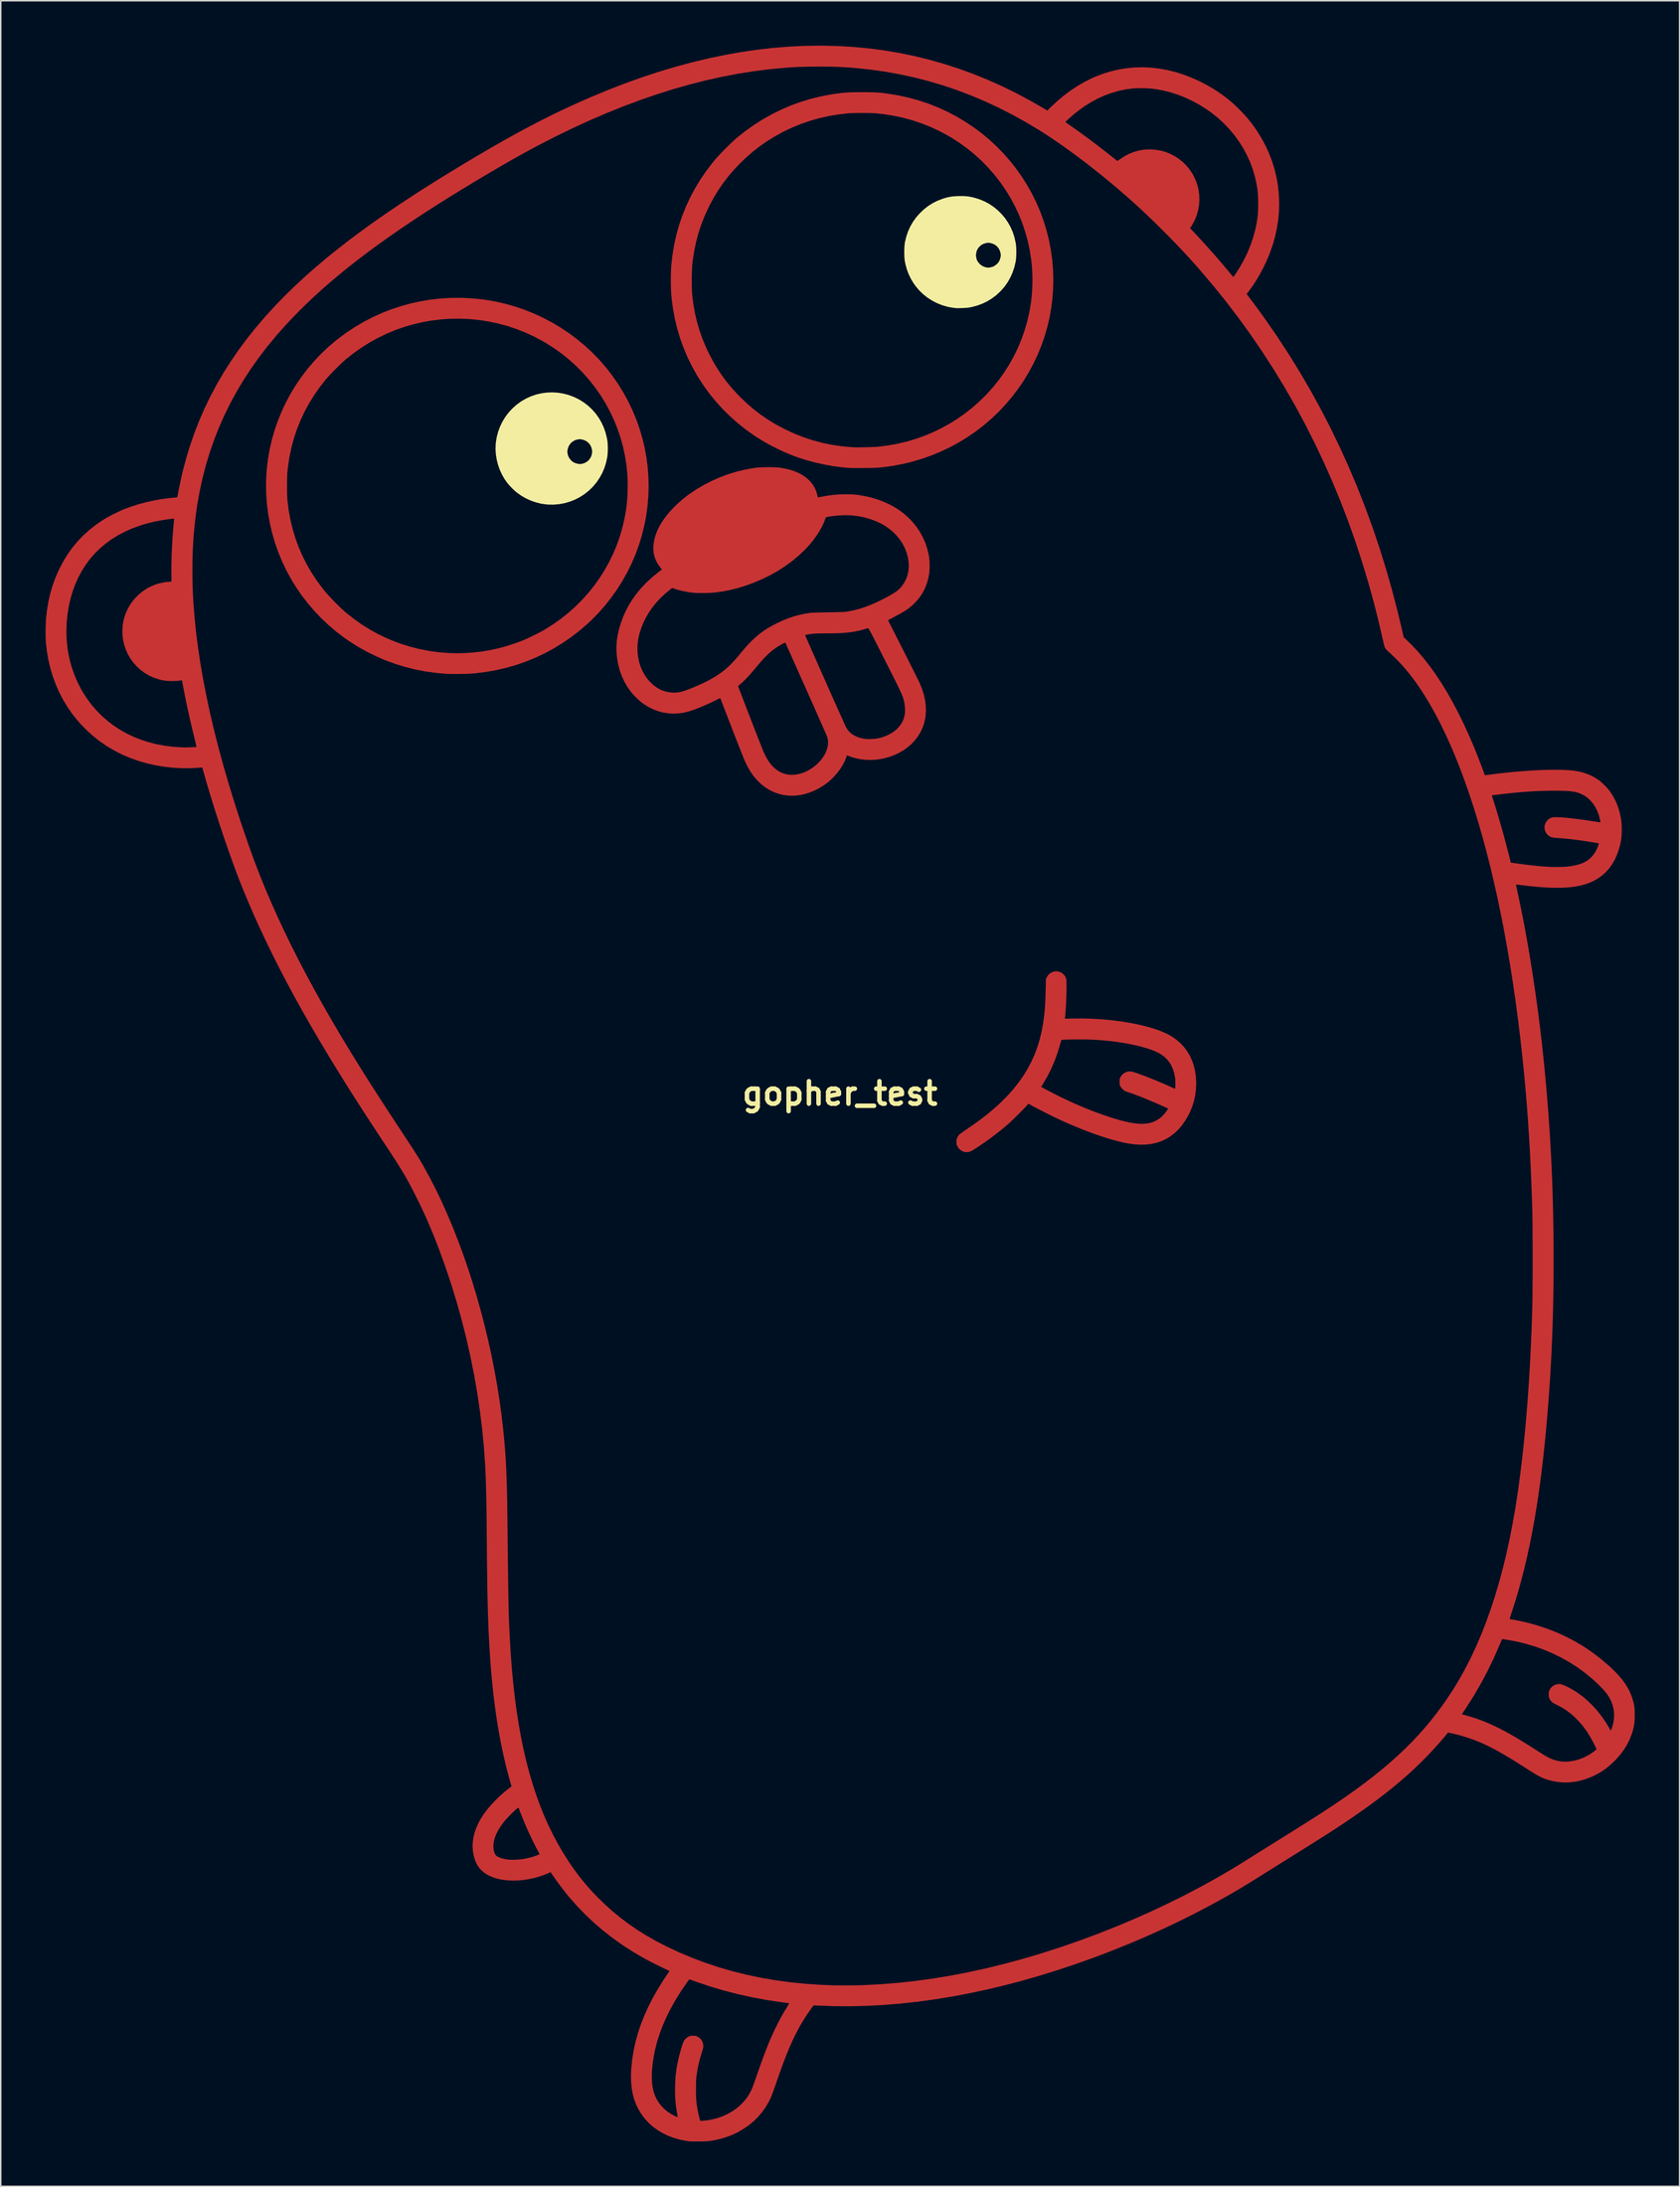
<source format=kicad_pcb>
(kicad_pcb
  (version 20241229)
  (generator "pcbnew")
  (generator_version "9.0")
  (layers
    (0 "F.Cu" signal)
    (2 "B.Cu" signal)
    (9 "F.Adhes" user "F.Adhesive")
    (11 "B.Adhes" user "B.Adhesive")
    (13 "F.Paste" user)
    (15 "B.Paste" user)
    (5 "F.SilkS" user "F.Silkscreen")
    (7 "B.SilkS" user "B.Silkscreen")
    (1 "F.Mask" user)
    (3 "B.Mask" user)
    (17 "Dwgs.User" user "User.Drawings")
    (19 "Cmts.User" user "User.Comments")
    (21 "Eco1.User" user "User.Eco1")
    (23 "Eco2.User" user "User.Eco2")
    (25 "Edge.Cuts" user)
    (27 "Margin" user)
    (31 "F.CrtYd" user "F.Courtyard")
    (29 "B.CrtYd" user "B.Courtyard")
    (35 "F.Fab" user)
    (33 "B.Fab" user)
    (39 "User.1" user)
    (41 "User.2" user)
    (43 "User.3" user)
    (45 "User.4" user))
  (footprint "gopher_test"
    (layer "F.Cu")
    (at 53.115 70.04)
    (property "Reference" "gopher_test" (at 0 0 0) (layer "F.SilkS") (effects (font (size 1.5 1.5) (thickness 0.3))))
    (attr board_only exclude_from_pos_files exclude_from_bom)
    (fp_poly (pts (xy -24.606 -53.149) (xy -23.918 -53.08) (xy -23.696 -53.049) (xy -23.026 -52.934) (xy -22.365 -52.783) (xy -21.715 -52.598) (xy -21.076 -52.379) (xy -20.449 -52.128) (xy -19.838 -51.845) (xy -19.243 -51.531) (xy -18.665 -51.186) (xy -18.106 -50.813) (xy -17.568 -50.411) (xy -17.051 -49.981) (xy -16.559 -49.525) (xy -16.091 -49.043) (xy -15.65 -48.535) (xy -15.63 -48.512) (xy -15.213 -47.974) (xy -14.829 -47.419) (xy -14.477 -46.849) (xy -14.157 -46.264) (xy -13.87 -45.665) (xy -13.617 -45.055) (xy -13.397 -44.434) (xy -13.21 -43.804) (xy -13.058 -43.166) (xy -12.939 -42.521) (xy -12.855 -41.871) (xy -12.806 -41.216) (xy -12.791 -40.559) (xy -12.811 -39.9) (xy -12.867 -39.242) (xy -12.958 -38.584) (xy -13.086 -37.929) (xy -13.249 -37.277) (xy -13.432 -36.68) (xy -13.661 -36.052) (xy -13.924 -35.437) (xy -14.22 -34.836) (xy -14.549 -34.251) (xy -14.907 -33.683) (xy -15.296 -33.136) (xy -15.712 -32.61) (xy -16.156 -32.108) (xy -16.625 -31.631) (xy -16.896 -31.378) (xy -17.424 -30.926) (xy -17.971 -30.505) (xy -18.536 -30.115) (xy -19.12 -29.757) (xy -19.721 -29.432) (xy -20.338 -29.14) (xy -20.97 -28.88) (xy -21.617 -28.654) (xy -22.278 -28.462) (xy -22.952 -28.304) (xy -23.638 -28.18) (xy -24.336 -28.091) (xy -24.594 -28.068) (xy -24.7 -28.061) (xy -24.835 -28.055) (xy -24.994 -28.049) (xy -25.17 -28.045) (xy -25.356 -28.042) (xy -25.545 -28.04) (xy -25.732 -28.039) (xy -25.908 -28.04) (xy -26.068 -28.042) (xy -26.204 -28.045) (xy -26.311 -28.05) (xy -26.317 -28.05) (xy -27.022 -28.113) (xy -27.717 -28.21) (xy -28.4 -28.343) (xy -29.07 -28.51) (xy -29.728 -28.711) (xy -30.373 -28.947) (xy -31.003 -29.217) (xy -31.618 -29.52) (xy -32.218 -29.856) (xy -32.802 -30.226) (xy -33.144 -30.464) (xy -33.68 -30.871) (xy -34.194 -31.308) (xy -34.685 -31.772) (xy -35.151 -32.261) (xy -35.59 -32.775) (xy -36.001 -33.309) (xy -36.381 -33.864) (xy -36.672 -34.337) (xy -36.997 -34.929) (xy -37.288 -35.535) (xy -37.546 -36.155) (xy -37.769 -36.786) (xy -37.958 -37.426) (xy -38.112 -38.076) (xy -38.231 -38.732) (xy -38.315 -39.393) (xy -38.363 -40.059) (xy -38.373 -40.607) (xy -36.97 -40.607) (xy -36.969 -40.413) (xy -36.967 -40.225) (xy -36.964 -40.05) (xy -36.959 -39.894) (xy -36.953 -39.763) (xy -36.945 -39.666) (xy -36.864 -39.009) (xy -36.749 -38.368) (xy -36.6 -37.742) (xy -36.417 -37.132) (xy -36.201 -36.537) (xy -35.95 -35.957) (xy -35.666 -35.391) (xy -35.348 -34.84) (xy -34.995 -34.303) (xy -34.608 -33.78) (xy -34.387 -33.505) (xy -34.292 -33.395) (xy -34.175 -33.266) (xy -34.041 -33.123) (xy -33.895 -32.971) (xy -33.743 -32.815) (xy -33.589 -32.662) (xy -33.438 -32.515) (xy -33.297 -32.38) (xy -33.169 -32.262) (xy -33.06 -32.166) (xy -33.051 -32.159) (xy -32.533 -31.747) (xy -32.001 -31.368) (xy -31.454 -31.024) (xy -30.891 -30.712) (xy -30.313 -30.434) (xy -29.717 -30.188) (xy -29.333 -30.049) (xy -28.719 -29.859) (xy -28.095 -29.702) (xy -27.465 -29.58) (xy -26.83 -29.493) (xy -26.195 -29.442) (xy -25.561 -29.426) (xy -25.057 -29.439) (xy -24.515 -29.477) (xy -23.994 -29.536) (xy -23.481 -29.619) (xy -22.966 -29.727) (xy -22.658 -29.802) (xy -22.472 -29.853) (xy -22.263 -29.915) (xy -22.04 -29.985) (xy -21.813 -30.061) (xy -21.592 -30.138) (xy -21.385 -30.213) (xy -21.203 -30.284) (xy -21.167 -30.299) (xy -21.01 -30.367) (xy -20.831 -30.448) (xy -20.639 -30.539) (xy -20.441 -30.635) (xy -20.246 -30.733) (xy -20.061 -30.829) (xy -19.895 -30.918) (xy -19.759 -30.996) (xy -19.21 -31.339) (xy -18.685 -31.709) (xy -18.184 -32.106) (xy -17.709 -32.527) (xy -17.26 -32.971) (xy -16.839 -33.439) (xy -16.445 -33.927) (xy -16.08 -34.436) (xy -15.745 -34.963) (xy -15.439 -35.509) (xy -15.165 -36.071) (xy -14.923 -36.648) (xy -14.714 -37.24) (xy -14.539 -37.845) (xy -14.397 -38.462) (xy -14.351 -38.712) (xy -14.296 -39.056) (xy -14.253 -39.385) (xy -14.222 -39.711) (xy -14.203 -40.044) (xy -14.193 -40.396) (xy -14.192 -40.61) (xy -14.192 -40.761) (xy -14.194 -40.916) (xy -14.198 -41.065) (xy -14.202 -41.201) (xy -14.207 -41.315) (xy -14.21 -41.379) (xy -14.275 -42.014) (xy -14.375 -42.64) (xy -14.509 -43.256) (xy -14.678 -43.86) (xy -14.88 -44.452) (xy -15.114 -45.03) (xy -15.38 -45.593) (xy -15.677 -46.14) (xy -16.003 -46.669) (xy -16.36 -47.18) (xy -16.745 -47.671) (xy -17.157 -48.141) (xy -17.597 -48.589) (xy -18.063 -49.013) (xy -18.555 -49.413) (xy -19.072 -49.788) (xy -19.613 -50.135) (xy -19.876 -50.289) (xy -20.45 -50.594) (xy -21.038 -50.865) (xy -21.638 -51.101) (xy -22.249 -51.304) (xy -22.87 -51.471) (xy -23.498 -51.604) (xy -24.134 -51.702) (xy -24.774 -51.765) (xy -25.418 -51.791) (xy -26.064 -51.783) (xy -26.71 -51.738) (xy -27.355 -51.656) (xy -27.864 -51.566) (xy -28.502 -51.42) (xy -29.127 -51.239) (xy -29.738 -51.024) (xy -30.336 -50.774) (xy -30.919 -50.491) (xy -31.488 -50.173) (xy -32.041 -49.822) (xy -32.579 -49.438) (xy -33.024 -49.085) (xy -33.129 -48.993) (xy -33.254 -48.879) (xy -33.394 -48.747) (xy -33.543 -48.603) (xy -33.697 -48.451) (xy -33.85 -48.297) (xy -33.997 -48.145) (xy -34.133 -48) (xy -34.254 -47.868) (xy -34.354 -47.754) (xy -34.379 -47.725) (xy -34.786 -47.207) (xy -35.158 -46.677) (xy -35.495 -46.132) (xy -35.799 -45.574) (xy -36.068 -45.002) (xy -36.303 -44.415) (xy -36.504 -43.813) (xy -36.671 -43.197) (xy -36.805 -42.565) (xy -36.905 -41.917) (xy -36.945 -41.555) (xy -36.953 -41.454) (xy -36.959 -41.321) (xy -36.964 -41.164) (xy -36.967 -40.988) (xy -36.969 -40.801) (xy -36.97 -40.607) (xy -38.373 -40.607) (xy -38.375 -40.726) (xy -38.351 -41.395) (xy -38.291 -42.064) (xy -38.246 -42.398) (xy -38.131 -43.061) (xy -37.98 -43.714) (xy -37.794 -44.357) (xy -37.575 -44.987) (xy -37.323 -45.604) (xy -37.038 -46.207) (xy -36.722 -46.794) (xy -36.375 -47.363) (xy -35.998 -47.913) (xy -35.592 -48.444) (xy -35.157 -48.953) (xy -34.695 -49.44) (xy -34.206 -49.903) (xy -33.69 -50.34) (xy -33.537 -50.462) (xy -32.982 -50.87) (xy -32.41 -51.246) (xy -31.82 -51.591) (xy -31.215 -51.902) (xy -30.596 -52.181) (xy -29.965 -52.426) (xy -29.321 -52.638) (xy -28.668 -52.816) (xy -28.005 -52.959) (xy -27.335 -53.068) (xy -26.659 -53.142) (xy -25.978 -53.18) (xy -25.293 -53.183)) (stroke (width 0) (type solid)) (fill yes) (layer "F.Cu"))
    (fp_poly (pts (xy 1.723 -66.927) (xy 1.932 -66.925) (xy 2.116 -66.922) (xy 2.281 -66.917) (xy 2.433 -66.91) (xy 2.578 -66.9) (xy 2.722 -66.888) (xy 2.87 -66.872) (xy 3.029 -66.852) (xy 3.204 -66.828) (xy 3.298 -66.815) (xy 3.978 -66.7) (xy 4.648 -66.551) (xy 5.306 -66.367) (xy 5.951 -66.15) (xy 6.581 -65.9) (xy 7.196 -65.618) (xy 7.793 -65.305) (xy 8.373 -64.961) (xy 8.934 -64.588) (xy 9.475 -64.185) (xy 9.994 -63.754) (xy 10.49 -63.294) (xy 10.962 -62.808) (xy 11.41 -62.295) (xy 11.739 -61.879) (xy 12.135 -61.327) (xy 12.498 -60.758) (xy 12.828 -60.173) (xy 13.126 -59.574) (xy 13.39 -58.961) (xy 13.62 -58.336) (xy 13.816 -57.7) (xy 13.977 -57.055) (xy 14.104 -56.402) (xy 14.195 -55.743) (xy 14.252 -55.078) (xy 14.272 -54.408) (xy 14.256 -53.736) (xy 14.204 -53.062) (xy 14.144 -52.579) (xy 14.03 -51.921) (xy 13.882 -51.273) (xy 13.699 -50.636) (xy 13.483 -50.01) (xy 13.233 -49.398) (xy 12.952 -48.801) (xy 12.64 -48.22) (xy 12.298 -47.655) (xy 11.926 -47.109) (xy 11.526 -46.582) (xy 11.099 -46.076) (xy 10.644 -45.592) (xy 10.164 -45.131) (xy 9.658 -44.694) (xy 9.128 -44.284) (xy 8.575 -43.9) (xy 7.999 -43.544) (xy 7.939 -43.509) (xy 7.359 -43.196) (xy 6.759 -42.912) (xy 6.143 -42.657) (xy 5.514 -42.433) (xy 4.877 -42.242) (xy 4.236 -42.084) (xy 3.593 -41.961) (xy 3.37 -41.926) (xy 3.172 -41.899) (xy 2.995 -41.876) (xy 2.832 -41.857) (xy 2.677 -41.842) (xy 2.522 -41.83) (xy 2.361 -41.821) (xy 2.188 -41.815) (xy 1.995 -41.81) (xy 1.777 -41.807) (xy 1.603 -41.806) (xy 1.43 -41.805) (xy 1.264 -41.804) (xy 1.111 -41.804) (xy 0.975 -41.805) (xy 0.86 -41.805) (xy 0.771 -41.806) (xy 0.712 -41.807) (xy 0.695 -41.808) (xy 0.12 -41.859) (xy -0.462 -41.936) (xy -1.045 -42.04) (xy -1.622 -42.167) (xy -2.184 -42.317) (xy -2.727 -42.487) (xy -3.045 -42.601) (xy -3.597 -42.823) (xy -4.145 -43.074) (xy -4.683 -43.348) (xy -5.201 -43.642) (xy -5.692 -43.953) (xy -5.71 -43.964) (xy -6.268 -44.36) (xy -6.802 -44.782) (xy -7.312 -45.232) (xy -7.796 -45.707) (xy -8.254 -46.205) (xy -8.683 -46.727) (xy -9.083 -47.271) (xy -9.452 -47.834) (xy -9.559 -48.01) (xy -9.892 -48.607) (xy -10.191 -49.217) (xy -10.454 -49.84) (xy -10.684 -50.475) (xy -10.878 -51.123) (xy -11.037 -51.784) (xy -11.162 -52.457) (xy -11.252 -53.142) (xy -11.276 -53.397) (xy -11.288 -53.578) (xy -11.297 -53.787) (xy -11.303 -54.017) (xy -11.306 -54.259) (xy -11.306 -54.404) (xy -9.904 -54.404) (xy -9.904 -54.197) (xy -9.902 -53.997) (xy -9.898 -53.809) (xy -9.893 -53.64) (xy -9.886 -53.496) (xy -9.878 -53.394) (xy -9.799 -52.756) (xy -9.688 -52.136) (xy -9.545 -51.532) (xy -9.368 -50.94) (xy -9.158 -50.358) (xy -8.913 -49.784) (xy -8.751 -49.448) (xy -8.483 -48.94) (xy -8.2 -48.462) (xy -7.898 -48.007) (xy -7.573 -47.569) (xy -7.22 -47.144) (xy -6.837 -46.725) (xy -6.652 -46.537) (xy -6.211 -46.117) (xy -5.759 -45.729) (xy -5.292 -45.37) (xy -4.805 -45.038) (xy -4.295 -44.728) (xy -3.757 -44.439) (xy -3.64 -44.381) (xy -3.042 -44.105) (xy -2.434 -43.865) (xy -1.819 -43.662) (xy -1.195 -43.494) (xy -0.564 -43.363) (xy 0.075 -43.268) (xy 0.528 -43.223) (xy 0.627 -43.215) (xy 0.721 -43.207) (xy 0.799 -43.201) (xy 0.851 -43.197) (xy 0.852 -43.197) (xy 0.918 -43.193) (xy 1.016 -43.191) (xy 1.14 -43.191) (xy 1.283 -43.191) (xy 1.442 -43.193) (xy 1.609 -43.195) (xy 1.78 -43.199) (xy 1.949 -43.203) (xy 2.11 -43.208) (xy 2.258 -43.213) (xy 2.387 -43.219) (xy 2.492 -43.225) (xy 2.557 -43.231) (xy 3.219 -43.315) (xy 3.866 -43.432) (xy 4.497 -43.582) (xy 5.115 -43.767) (xy 5.719 -43.985) (xy 6.312 -44.238) (xy 6.773 -44.462) (xy 7.337 -44.773) (xy 7.879 -45.112) (xy 8.399 -45.479) (xy 8.895 -45.873) (xy 9.367 -46.292) (xy 9.813 -46.735) (xy 10.233 -47.202) (xy 10.626 -47.69) (xy 10.99 -48.199) (xy 11.325 -48.728) (xy 11.63 -49.275) (xy 11.904 -49.839) (xy 12.146 -50.419) (xy 12.355 -51.014) (xy 12.53 -51.623) (xy 12.552 -51.708) (xy 12.67 -52.234) (xy 12.761 -52.748) (xy 12.824 -53.259) (xy 12.862 -53.777) (xy 12.876 -54.312) (xy 12.876 -54.35) (xy 12.873 -54.655) (xy 12.863 -54.937) (xy 12.847 -55.209) (xy 12.822 -55.482) (xy 12.792 -55.737) (xy 12.695 -56.364) (xy 12.562 -56.982) (xy 12.395 -57.587) (xy 12.195 -58.181) (xy 11.962 -58.76) (xy 11.696 -59.325) (xy 11.4 -59.873) (xy 11.074 -60.404) (xy 10.718 -60.917) (xy 10.334 -61.409) (xy 9.922 -61.881) (xy 9.483 -62.33) (xy 9.018 -62.755) (xy 8.528 -63.156) (xy 8.013 -63.531) (xy 7.475 -63.878) (xy 7.235 -64.02) (xy 6.666 -64.325) (xy 6.084 -64.597) (xy 5.489 -64.835) (xy 4.881 -65.039) (xy 4.257 -65.211) (xy 3.617 -65.349) (xy 2.961 -65.454) (xy 2.436 -65.514) (xy 2.331 -65.521) (xy 2.195 -65.527) (xy 2.035 -65.532) (xy 1.856 -65.535) (xy 1.666 -65.537) (xy 1.469 -65.538) (xy 1.273 -65.537) (xy 1.083 -65.535) (xy 0.907 -65.531) (xy 0.749 -65.527) (xy 0.617 -65.52) (xy 0.528 -65.514) (xy -0.132 -65.435) (xy -0.773 -65.326) (xy -1.397 -65.186) (xy -2.005 -65.013) (xy -2.599 -64.808) (xy -3.182 -64.57) (xy -3.755 -64.298) (xy -3.809 -64.27) (xy -4.356 -63.971) (xy -4.876 -63.649) (xy -5.373 -63.303) (xy -5.85 -62.928) (xy -6.313 -62.522) (xy -6.652 -62.195) (xy -7.067 -61.76) (xy -7.449 -61.316) (xy -7.801 -60.86) (xy -8.127 -60.385) (xy -8.429 -59.888) (xy -8.712 -59.364) (xy -8.81 -59.167) (xy -9.06 -58.619) (xy -9.276 -58.064) (xy -9.461 -57.499) (xy -9.616 -56.921) (xy -9.74 -56.326) (xy -9.836 -55.711) (xy -9.869 -55.432) (xy -9.879 -55.317) (xy -9.887 -55.171) (xy -9.894 -55.001) (xy -9.899 -54.812) (xy -9.902 -54.611) (xy -9.904 -54.404) (xy -11.306 -54.404) (xy -11.306 -54.504) (xy -11.303 -54.744) (xy -11.296 -54.972) (xy -11.287 -55.178) (xy -11.276 -55.335) (xy -11.199 -56.026) (xy -11.088 -56.703) (xy -10.942 -57.367) (xy -10.761 -58.019) (xy -10.546 -58.656) (xy -10.296 -59.281) (xy -10.012 -59.891) (xy -9.693 -60.488) (xy -9.341 -61.07) (xy -8.954 -61.638) (xy -8.533 -62.192) (xy -8.373 -62.388) (xy -8.268 -62.51) (xy -8.14 -62.651) (xy -7.994 -62.807) (xy -7.835 -62.972) (xy -7.669 -63.141) (xy -7.499 -63.309) (xy -7.332 -63.472) (xy -7.172 -63.624) (xy -7.024 -63.76) (xy -6.894 -63.875) (xy -6.846 -63.916) (xy -6.297 -64.349) (xy -5.73 -64.751) (xy -5.146 -65.12) (xy -4.546 -65.457) (xy -3.932 -65.76) (xy -3.304 -66.03) (xy -2.663 -66.265) (xy -2.011 -66.467) (xy -1.348 -66.633) (xy -0.675 -66.763) (xy -0.343 -66.814) (xy -0.153 -66.84) (xy 0.016 -66.862) (xy 0.17 -66.88) (xy 0.315 -66.894) (xy 0.457 -66.905) (xy 0.602 -66.914) (xy 0.756 -66.92) (xy 0.926 -66.924) (xy 1.117 -66.926) (xy 1.336 -66.927) (xy 1.482 -66.927)) (stroke (width 0) (type solid)) (fill yes) (layer "F.Cu"))
    (fp_poly (pts (xy 14.542 -8.163) (xy 14.679 -8.135) (xy 14.808 -8.079) (xy 14.926 -7.995) (xy 15.025 -7.881) (xy 15.035 -7.867) (xy 15.069 -7.814) (xy 15.095 -7.765) (xy 15.116 -7.715) (xy 15.131 -7.658) (xy 15.142 -7.589) (xy 15.149 -7.503) (xy 15.153 -7.396) (xy 15.154 -7.262) (xy 15.155 -7.097) (xy 15.153 -6.915) (xy 15.15 -6.719) (xy 15.144 -6.514) (xy 15.137 -6.304) (xy 15.128 -6.094) (xy 15.118 -5.889) (xy 15.107 -5.694) (xy 15.096 -5.514) (xy 15.083 -5.354) (xy 15.071 -5.218) (xy 15.058 -5.111) (xy 15.05 -5.06) (xy 15.039 -4.998) (xy 15.583 -5.011) (xy 16.082 -5.016) (xy 16.583 -5.008) (xy 17.085 -4.986) (xy 17.583 -4.953) (xy 18.076 -4.907) (xy 18.561 -4.85) (xy 19.033 -4.782) (xy 19.491 -4.703) (xy 19.932 -4.614) (xy 20.352 -4.516) (xy 20.749 -4.409) (xy 21.12 -4.293) (xy 21.461 -4.169) (xy 21.771 -4.037) (xy 21.905 -3.972) (xy 22.221 -3.793) (xy 22.511 -3.589) (xy 22.773 -3.361) (xy 23.008 -3.109) (xy 23.214 -2.834) (xy 23.392 -2.538) (xy 23.54 -2.223) (xy 23.658 -1.887) (xy 23.745 -1.534) (xy 23.8 -1.164) (xy 23.824 -0.778) (xy 23.825 -0.694) (xy 23.809 -0.28) (xy 23.76 0.119) (xy 23.677 0.504) (xy 23.56 0.878) (xy 23.408 1.243) (xy 23.29 1.479) (xy 23.089 1.82) (xy 22.871 2.128) (xy 22.636 2.403) (xy 22.385 2.645) (xy 22.116 2.855) (xy 21.83 3.031) (xy 21.527 3.175) (xy 21.207 3.286) (xy 20.869 3.364) (xy 20.514 3.41) (xy 20.142 3.423) (xy 19.751 3.403) (xy 19.351 3.352) (xy 19.035 3.294) (xy 18.69 3.215) (xy 18.321 3.118) (xy 17.929 3.004) (xy 17.519 2.874) (xy 17.092 2.728) (xy 16.653 2.568) (xy 16.203 2.395) (xy 15.745 2.209) (xy 15.284 2.013) (xy 14.821 1.806) (xy 14.543 1.677) (xy 14.389 1.604) (xy 14.211 1.517) (xy 14.017 1.42) (xy 13.813 1.318) (xy 13.606 1.213) (xy 13.404 1.109) (xy 13.213 1.01) (xy 13.04 0.918) (xy 12.892 0.839) (xy 12.867 0.825) (xy 12.608 0.683) (xy 12.48 0.828) (xy 12.409 0.905) (xy 12.316 1.003) (xy 12.205 1.117) (xy 12.081 1.242) (xy 11.949 1.374) (xy 11.813 1.509) (xy 11.678 1.64) (xy 11.549 1.765) (xy 11.431 1.878) (xy 11.328 1.974) (xy 11.244 2.049) (xy 11.236 2.056) (xy 11.047 2.218) (xy 10.835 2.392) (xy 10.611 2.572) (xy 10.383 2.75) (xy 10.162 2.919) (xy 10.049 3.002) (xy 9.924 3.093) (xy 9.787 3.19) (xy 9.644 3.29) (xy 9.498 3.39) (xy 9.354 3.488) (xy 9.215 3.58) (xy 9.087 3.664) (xy 8.973 3.737) (xy 8.877 3.796) (xy 8.805 3.839) (xy 8.769 3.857) (xy 8.629 3.905) (xy 8.48 3.922) (xy 8.333 3.908) (xy 8.3 3.899) (xy 8.168 3.846) (xy 8.046 3.762) (xy 7.94 3.656) (xy 7.858 3.535) (xy 7.823 3.455) (xy 7.8 3.351) (xy 7.792 3.22) (xy 7.792 3.213) (xy 7.795 3.127) (xy 7.805 3.061) (xy 7.826 2.998) (xy 7.85 2.944) (xy 7.889 2.872) (xy 7.933 2.802) (xy 7.969 2.757) (xy 8 2.73) (xy 8.058 2.685) (xy 8.138 2.626) (xy 8.235 2.557) (xy 8.344 2.481) (xy 8.462 2.402) (xy 8.485 2.386) (xy 9.004 2.03) (xy 9.487 1.676) (xy 9.938 1.322) (xy 10.357 0.968) (xy 10.748 0.61) (xy 11.112 0.248) (xy 11.451 -0.12) (xy 11.626 -0.324) (xy 11.723 -0.447) (xy 13.469 -0.447) (xy 13.485 -0.433) (xy 13.531 -0.404) (xy 13.603 -0.363) (xy 13.698 -0.31) (xy 13.813 -0.249) (xy 13.943 -0.18) (xy 14.086 -0.105) (xy 14.239 -0.027) (xy 14.396 0.054) (xy 14.557 0.134) (xy 14.715 0.213) (xy 14.869 0.288) (xy 15.015 0.359) (xy 15.081 0.39) (xy 15.604 0.631) (xy 16.107 0.851) (xy 16.598 1.054) (xy 17.087 1.243) (xy 17.58 1.42) (xy 17.795 1.494) (xy 18.161 1.614) (xy 18.497 1.718) (xy 18.805 1.805) (xy 19.089 1.877) (xy 19.351 1.935) (xy 19.594 1.978) (xy 19.82 2.007) (xy 19.948 2.018) (xy 20.045 2.025) (xy 20.129 2.028) (xy 20.212 2.027) (xy 20.303 2.023) (xy 20.415 2.015) (xy 20.481 2.01) (xy 20.723 1.972) (xy 20.959 1.899) (xy 21.184 1.793) (xy 21.393 1.657) (xy 21.527 1.545) (xy 21.596 1.475) (xy 21.676 1.387) (xy 21.757 1.29) (xy 21.831 1.194) (xy 21.891 1.11) (xy 21.912 1.078) (xy 21.953 1.009) (xy 21.754 0.919) (xy 21.499 0.803) (xy 21.24 0.689) (xy 20.98 0.577) (xy 20.725 0.468) (xy 20.476 0.365) (xy 20.237 0.267) (xy 20.012 0.178) (xy 19.805 0.098) (xy 19.618 0.029) (xy 19.456 -0.028) (xy 19.321 -0.072) (xy 19.25 -0.093) (xy 19.091 -0.153) (xy 18.952 -0.242) (xy 18.837 -0.356) (xy 18.755 -0.482) (xy 18.731 -0.532) (xy 18.716 -0.576) (xy 18.707 -0.626) (xy 18.703 -0.693) (xy 18.703 -0.778) (xy 18.704 -0.869) (xy 18.708 -0.934) (xy 18.717 -0.985) (xy 18.733 -1.032) (xy 18.757 -1.083) (xy 18.838 -1.211) (xy 18.945 -1.317) (xy 19.069 -1.399) (xy 19.207 -1.454) (xy 19.351 -1.477) (xy 19.458 -1.472) (xy 19.541 -1.455) (xy 19.655 -1.424) (xy 19.796 -1.38) (xy 19.962 -1.324) (xy 20.149 -1.257) (xy 20.355 -1.18) (xy 20.576 -1.095) (xy 20.809 -1.002) (xy 21.052 -0.904) (xy 21.301 -0.8) (xy 21.553 -0.693) (xy 21.806 -0.584) (xy 22.055 -0.473) (xy 22.258 -0.381) (xy 22.324 -0.352) (xy 22.378 -0.332) (xy 22.41 -0.324) (xy 22.415 -0.325) (xy 22.421 -0.35) (xy 22.427 -0.404) (xy 22.43 -0.482) (xy 22.432 -0.575) (xy 22.433 -0.677) (xy 22.432 -0.781) (xy 22.429 -0.879) (xy 22.424 -0.964) (xy 22.418 -1.027) (xy 22.362 -1.33) (xy 22.279 -1.609) (xy 22.168 -1.863) (xy 22.03 -2.092) (xy 21.863 -2.297) (xy 21.669 -2.478) (xy 21.447 -2.634) (xy 21.281 -2.727) (xy 21.034 -2.839) (xy 20.754 -2.946) (xy 20.443 -3.047) (xy 20.105 -3.142) (xy 19.742 -3.23) (xy 19.358 -3.31) (xy 18.956 -3.382) (xy 18.539 -3.446) (xy 18.11 -3.5) (xy 17.672 -3.545) (xy 17.228 -3.579) (xy 16.781 -3.602) (xy 16.508 -3.61) (xy 16.366 -3.612) (xy 16.211 -3.614) (xy 16.047 -3.614) (xy 15.878 -3.614) (xy 15.708 -3.613) (xy 15.542 -3.611) (xy 15.382 -3.608) (xy 15.235 -3.604) (xy 15.104 -3.6) (xy 14.992 -3.596) (xy 14.905 -3.591) (xy 14.846 -3.586) (xy 14.819 -3.581) (xy 14.819 -3.58) (xy 14.809 -3.558) (xy 14.791 -3.506) (xy 14.768 -3.432) (xy 14.742 -3.341) (xy 14.727 -3.288) (xy 14.554 -2.714) (xy 14.353 -2.164) (xy 14.124 -1.635) (xy 13.866 -1.127) (xy 13.605 -0.68) (xy 13.556 -0.6) (xy 13.514 -0.53) (xy 13.485 -0.479) (xy 13.47 -0.45) (xy 13.469 -0.447) (xy 11.723 -0.447) (xy 11.969 -0.759) (xy 12.279 -1.202) (xy 12.558 -1.656) (xy 12.804 -2.123) (xy 13.021 -2.605) (xy 13.207 -3.104) (xy 13.365 -3.621) (xy 13.494 -4.159) (xy 13.596 -4.719) (xy 13.672 -5.304) (xy 13.681 -5.391) (xy 13.701 -5.619) (xy 13.718 -5.862) (xy 13.733 -6.124) (xy 13.745 -6.41) (xy 13.755 -6.725) (xy 13.762 -7.012) (xy 13.775 -7.642) (xy 13.832 -7.763) (xy 13.913 -7.895) (xy 14.015 -8.002) (xy 14.134 -8.082) (xy 14.265 -8.136) (xy 14.402 -8.163)) (stroke (width 0) (type solid)) (fill yes) (layer "F.Cu"))
    (fp_poly (pts (xy -4.559 -41.861) (xy -4.379 -41.856) (xy -4.216 -41.848) (xy -4.077 -41.837) (xy -3.992 -41.827) (xy -3.638 -41.764) (xy -3.314 -41.684) (xy -3.018 -41.586) (xy -2.747 -41.47) (xy -2.499 -41.333) (xy -2.419 -41.282) (xy -2.187 -41.108) (xy -1.986 -40.915) (xy -1.817 -40.705) (xy -1.68 -40.479) (xy -1.576 -40.237) (xy -1.506 -39.98) (xy -1.501 -39.956) (xy -1.486 -39.886) (xy -1.471 -39.848) (xy -1.455 -39.839) (xy -1.452 -39.84) (xy -1.417 -39.85) (xy -1.351 -39.864) (xy -1.262 -39.882) (xy -1.157 -39.901) (xy -1.042 -39.922) (xy -0.925 -39.942) (xy -0.811 -39.961) (xy -0.708 -39.976) (xy -0.695 -39.978) (xy -0.401 -40.013) (xy -0.092 -40.037) (xy 0.222 -40.05) (xy 0.533 -40.051) (xy 0.83 -40.042) (xy 1.105 -40.02) (xy 1.204 -40.009) (xy 1.641 -39.938) (xy 2.071 -39.839) (xy 2.493 -39.714) (xy 2.899 -39.563) (xy 3.287 -39.389) (xy 3.651 -39.194) (xy 3.952 -39.002) (xy 4.289 -38.749) (xy 4.6 -38.472) (xy 4.883 -38.174) (xy 5.137 -37.854) (xy 5.361 -37.517) (xy 5.554 -37.163) (xy 5.716 -36.793) (xy 5.843 -36.411) (xy 5.937 -36.017) (xy 5.974 -35.795) (xy 5.989 -35.65) (xy 5.998 -35.482) (xy 6.002 -35.302) (xy 6 -35.121) (xy 5.992 -34.95) (xy 5.979 -34.801) (xy 5.973 -34.761) (xy 5.904 -34.398) (xy 5.804 -34.055) (xy 5.673 -33.732) (xy 5.511 -33.429) (xy 5.317 -33.143) (xy 5.091 -32.875) (xy 5.041 -32.823) (xy 4.935 -32.716) (xy 4.83 -32.618) (xy 4.724 -32.527) (xy 4.612 -32.438) (xy 4.49 -32.351) (xy 4.355 -32.263) (xy 4.203 -32.17) (xy 4.03 -32.07) (xy 3.832 -31.962) (xy 3.606 -31.841) (xy 3.515 -31.794) (xy 3.422 -31.744) (xy 3.34 -31.7) (xy 3.277 -31.664) (xy 3.236 -31.64) (xy 3.224 -31.631) (xy 3.232 -31.613) (xy 3.256 -31.565) (xy 3.293 -31.489) (xy 3.344 -31.388) (xy 3.406 -31.264) (xy 3.479 -31.121) (xy 3.56 -30.961) (xy 3.649 -30.786) (xy 3.743 -30.599) (xy 3.824 -30.441) (xy 3.977 -30.14) (xy 4.128 -29.842) (xy 4.276 -29.55) (xy 4.419 -29.267) (xy 4.556 -28.995) (xy 4.686 -28.736) (xy 4.809 -28.491) (xy 4.923 -28.263) (xy 5.027 -28.055) (xy 5.119 -27.868) (xy 5.2 -27.705) (xy 5.267 -27.567) (xy 5.32 -27.457) (xy 5.357 -27.378) (xy 5.367 -27.357) (xy 5.508 -27.005) (xy 5.617 -26.648) (xy 5.695 -26.291) (xy 5.741 -25.937) (xy 5.753 -25.589) (xy 5.732 -25.25) (xy 5.705 -25.061) (xy 5.63 -24.739) (xy 5.522 -24.43) (xy 5.381 -24.136) (xy 5.21 -23.859) (xy 5.01 -23.599) (xy 4.783 -23.359) (xy 4.53 -23.139) (xy 4.252 -22.941) (xy 3.951 -22.766) (xy 3.628 -22.616) (xy 3.285 -22.492) (xy 2.924 -22.395) (xy 2.772 -22.363) (xy 2.425 -22.314) (xy 2.075 -22.294) (xy 1.727 -22.303) (xy 1.386 -22.34) (xy 1.058 -22.406) (xy 0.748 -22.5) (xy 0.615 -22.551) (xy 0.551 -22.576) (xy 0.502 -22.594) (xy 0.476 -22.6) (xy 0.475 -22.6) (xy 0.467 -22.581) (xy 0.45 -22.535) (xy 0.427 -22.471) (xy 0.418 -22.445) (xy 0.314 -22.193) (xy 0.179 -21.936) (xy 0.016 -21.681) (xy -0.172 -21.431) (xy -0.379 -21.193) (xy -0.602 -20.971) (xy -0.807 -20.795) (xy -1.102 -20.58) (xy -1.41 -20.393) (xy -1.73 -20.234) (xy -2.057 -20.104) (xy -2.389 -20.005) (xy -2.721 -19.938) (xy -3.051 -19.904) (xy -3.374 -19.903) (xy -3.474 -19.91) (xy -3.811 -19.958) (xy -4.136 -20.041) (xy -4.448 -20.157) (xy -4.745 -20.307) (xy -5.027 -20.489) (xy -5.294 -20.703) (xy -5.544 -20.948) (xy -5.776 -21.224) (xy -5.99 -21.529) (xy -6.184 -21.864) (xy -6.33 -22.162) (xy -6.359 -22.23) (xy -6.402 -22.331) (xy -6.456 -22.464) (xy -6.521 -22.625) (xy -6.596 -22.815) (xy -6.681 -23.029) (xy -6.775 -23.268) (xy -6.877 -23.528) (xy -6.987 -23.809) (xy -7.104 -24.109) (xy -7.226 -24.424) (xy -7.354 -24.755) (xy -7.487 -25.099) (xy -7.599 -25.391) (xy -7.669 -25.571) (xy -7.735 -25.742) (xy -7.795 -25.9) (xy -7.85 -26.042) (xy -7.897 -26.165) (xy -7.936 -26.264) (xy -7.964 -26.338) (xy -7.981 -26.383) (xy -7.986 -26.395) (xy -7.993 -26.408) (xy -8.004 -26.416) (xy -8.023 -26.414) (xy -8.056 -26.403) (xy -8.107 -26.381) (xy -8.18 -26.345) (xy -8.281 -26.294) (xy -8.304 -26.283) (xy -8.521 -26.176) (xy -8.755 -26.067) (xy -8.996 -25.96) (xy -9.24 -25.857) (xy -9.477 -25.76) (xy -9.702 -25.674) (xy -9.907 -25.601) (xy -10.051 -25.554) (xy -10.406 -25.463) (xy -10.761 -25.408) (xy -11.114 -25.39) (xy -11.464 -25.408) (xy -11.81 -25.462) (xy -12.149 -25.552) (xy -12.48 -25.677) (xy -12.803 -25.837) (xy -13.114 -26.032) (xy -13.284 -26.156) (xy -13.395 -26.249) (xy -13.52 -26.363) (xy -13.65 -26.49) (xy -13.776 -26.621) (xy -13.89 -26.747) (xy -13.975 -26.85) (xy -14.209 -27.179) (xy -14.41 -27.524) (xy -14.579 -27.885) (xy -14.716 -28.264) (xy -14.822 -28.662) (xy -14.896 -29.078) (xy -14.935 -29.444) (xy -14.945 -29.825) (xy -14.941 -29.893) (xy -13.537 -29.893) (xy -13.535 -29.543) (xy -13.5 -29.203) (xy -13.435 -28.875) (xy -13.34 -28.562) (xy -13.215 -28.265) (xy -13.062 -27.986) (xy -12.883 -27.728) (xy -12.677 -27.492) (xy -12.446 -27.281) (xy -12.192 -27.097) (xy -12.181 -27.09) (xy -11.967 -26.976) (xy -11.732 -26.888) (xy -11.484 -26.827) (xy -11.23 -26.796) (xy -10.977 -26.794) (xy -10.771 -26.818) (xy -10.665 -26.839) (xy -10.551 -26.867) (xy -10.426 -26.905) (xy -10.284 -26.953) (xy -10.119 -27.014) (xy -9.926 -27.089) (xy -9.91 -27.095) (xy -9.58 -27.233) (xy -6.813 -27.233) (xy -6.762 -27.099) (xy -6.746 -27.058) (xy -6.718 -26.985) (xy -6.679 -26.885) (xy -6.632 -26.761) (xy -6.576 -26.616) (xy -6.514 -26.454) (xy -6.447 -26.279) (xy -6.375 -26.094) (xy -6.312 -25.928) (xy -6.182 -25.59) (xy -6.055 -25.261) (xy -5.932 -24.943) (xy -5.814 -24.638) (xy -5.701 -24.348) (xy -5.595 -24.076) (xy -5.496 -23.822) (xy -5.404 -23.59) (xy -5.321 -23.38) (xy -5.248 -23.195) (xy -5.184 -23.037) (xy -5.132 -22.908) (xy -5.091 -22.809) (xy -5.063 -22.743) (xy -5.062 -22.741) (xy -4.915 -22.448) (xy -4.754 -22.187) (xy -4.579 -21.958) (xy -4.39 -21.763) (xy -4.187 -21.602) (xy -3.973 -21.474) (xy -3.746 -21.381) (xy -3.508 -21.322) (xy -3.259 -21.299) (xy -3 -21.31) (xy -2.826 -21.337) (xy -2.575 -21.4) (xy -2.331 -21.49) (xy -2.096 -21.605) (xy -1.874 -21.741) (xy -1.665 -21.896) (xy -1.473 -22.067) (xy -1.3 -22.252) (xy -1.148 -22.448) (xy -1.019 -22.652) (xy -0.917 -22.862) (xy -0.843 -23.075) (xy -0.8 -23.288) (xy -0.79 -23.499) (xy -0.797 -23.592) (xy -0.81 -23.678) (xy -0.827 -23.764) (xy -0.845 -23.831) (xy -0.845 -23.833) (xy -0.856 -23.859) (xy -0.881 -23.917) (xy -0.918 -24.004) (xy -0.968 -24.118) (xy -1.03 -24.258) (xy -1.101 -24.421) (xy -1.182 -24.604) (xy -1.272 -24.808) (xy -1.37 -25.028) (xy -1.474 -25.263) (xy -1.584 -25.511) (xy -1.699 -25.77) (xy -1.818 -26.038) (xy -1.94 -26.313) (xy -2.064 -26.593) (xy -2.19 -26.875) (xy -2.316 -27.159) (xy -2.442 -27.441) (xy -2.566 -27.719) (xy -2.688 -27.993) (xy -2.807 -28.259) (xy -2.921 -28.515) (xy -3.031 -28.76) (xy -3.134 -28.992) (xy -3.231 -29.208) (xy -3.32 -29.406) (xy -3.4 -29.585) (xy -3.471 -29.742) (xy -3.531 -29.875) (xy -3.58 -29.983) (xy -3.616 -30.062) (xy -3.639 -30.112) (xy -3.648 -30.13) (xy -3.672 -30.132) (xy -3.72 -30.115) (xy -3.796 -30.078) (xy -3.9 -30.02) (xy -3.991 -29.967) (xy -4.167 -29.86) (xy -4.33 -29.752) (xy -4.483 -29.64) (xy -4.632 -29.52) (xy -4.778 -29.39) (xy -4.928 -29.245) (xy -5.084 -29.083) (xy -5.25 -28.898) (xy -5.431 -28.688) (xy -5.539 -28.559) (xy -5.734 -28.327) (xy -5.911 -28.122) (xy -6.071 -27.941) (xy -6.219 -27.782) (xy -6.356 -27.641) (xy -6.486 -27.515) (xy -6.611 -27.402) (xy -6.728 -27.303) (xy -6.813 -27.233) (xy -9.58 -27.233) (xy -9.477 -27.277) (xy -9.071 -27.464) (xy -8.697 -27.658) (xy -8.355 -27.855) (xy -8.152 -27.985) (xy -7.912 -28.153) (xy -7.686 -28.329) (xy -7.47 -28.517) (xy -7.257 -28.724) (xy -7.041 -28.954) (xy -6.818 -29.211) (xy -6.783 -29.254) (xy -6.643 -29.423) (xy -6.522 -29.567) (xy -6.419 -29.689) (xy -6.33 -29.794) (xy -6.252 -29.883) (xy -6.182 -29.962) (xy -6.116 -30.034) (xy -6.052 -30.101) (xy -5.985 -30.168) (xy -5.914 -30.239) (xy -5.878 -30.274) (xy -5.626 -30.508) (xy -5.47 -30.638) (xy -2.327 -30.638) (xy -2.32 -30.621) (xy -2.299 -30.572) (xy -2.265 -30.493) (xy -2.219 -30.386) (xy -2.161 -30.254) (xy -2.092 -30.098) (xy -2.014 -29.921) (xy -1.928 -29.724) (xy -1.833 -29.51) (xy -1.731 -29.281) (xy -1.624 -29.038) (xy -1.511 -28.784) (xy -1.395 -28.521) (xy -1.275 -28.25) (xy -1.152 -27.975) (xy -1.029 -27.696) (xy -0.904 -27.417) (xy -0.78 -27.138) (xy -0.658 -26.863) (xy -0.538 -26.593) (xy -0.42 -26.33) (xy -0.307 -26.077) (xy -0.199 -25.834) (xy -0.097 -25.606) (xy -0.001 -25.392) (xy 0.087 -25.196) (xy 0.166 -25.02) (xy 0.235 -24.865) (xy 0.295 -24.734) (xy 0.342 -24.629) (xy 0.378 -24.551) (xy 0.4 -24.503) (xy 0.404 -24.495) (xy 0.517 -24.31) (xy 0.658 -24.148) (xy 0.826 -24.01) (xy 1.024 -23.895) (xy 1.25 -23.803) (xy 1.443 -23.748) (xy 1.583 -23.719) (xy 1.719 -23.7) (xy 1.86 -23.69) (xy 2.015 -23.689) (xy 2.192 -23.697) (xy 2.316 -23.706) (xy 2.568 -23.742) (xy 2.824 -23.807) (xy 3.076 -23.899) (xy 3.319 -24.014) (xy 3.544 -24.149) (xy 3.745 -24.301) (xy 3.838 -24.387) (xy 4 -24.566) (xy 4.129 -24.754) (xy 4.231 -24.96) (xy 4.307 -25.188) (xy 4.326 -25.261) (xy 4.349 -25.402) (xy 4.358 -25.567) (xy 4.354 -25.749) (xy 4.337 -25.938) (xy 4.308 -26.124) (xy 4.299 -26.169) (xy 4.283 -26.239) (xy 4.267 -26.305) (xy 4.249 -26.37) (xy 4.229 -26.437) (xy 4.205 -26.507) (xy 4.177 -26.583) (xy 4.142 -26.668) (xy 4.101 -26.763) (xy 4.052 -26.871) (xy 3.994 -26.995) (xy 3.926 -27.136) (xy 3.847 -27.298) (xy 3.757 -27.481) (xy 3.653 -27.69) (xy 3.534 -27.926) (xy 3.401 -28.191) (xy 3.323 -28.346) (xy 3.142 -28.703) (xy 2.978 -29.029) (xy 2.828 -29.325) (xy 2.693 -29.592) (xy 2.571 -29.832) (xy 2.463 -30.045) (xy 2.366 -30.234) (xy 2.281 -30.4) (xy 2.207 -30.544) (xy 2.142 -30.667) (xy 2.087 -30.772) (xy 2.04 -30.859) (xy 2.001 -30.93) (xy 1.968 -30.987) (xy 1.942 -31.03) (xy 1.921 -31.062) (xy 1.905 -31.083) (xy 1.893 -31.096) (xy 1.884 -31.1) (xy 1.88 -31.1) (xy 1.849 -31.092) (xy 1.79 -31.076) (xy 1.712 -31.054) (xy 1.623 -31.028) (xy 1.612 -31.025) (xy 1.402 -30.967) (xy 1.196 -30.918) (xy 0.988 -30.876) (xy 0.775 -30.841) (xy 0.552 -30.813) (xy 0.314 -30.791) (xy 0.057 -30.774) (xy -0.223 -30.763) (xy -0.53 -30.757) (xy -0.87 -30.755) (xy -0.901 -30.755) (xy -1.125 -30.754) (xy -1.315 -30.752) (xy -1.475 -30.749) (xy -1.609 -30.744) (xy -1.72 -30.738) (xy -1.812 -30.73) (xy -1.834 -30.727) (xy -1.946 -30.713) (xy -2.054 -30.697) (xy -2.153 -30.68) (xy -2.235 -30.665) (xy -2.295 -30.651) (xy -2.325 -30.64) (xy -2.327 -30.638) (xy -5.47 -30.638) (xy -5.372 -30.721) (xy -5.108 -30.916) (xy -4.828 -31.098) (xy -4.526 -31.273) (xy -4.194 -31.443) (xy -4.131 -31.474) (xy -3.746 -31.648) (xy -3.372 -31.794) (xy -3.004 -31.914) (xy -2.631 -32.01) (xy -2.248 -32.085) (xy -1.964 -32.126) (xy -1.916 -32.13) (xy -1.834 -32.135) (xy -1.724 -32.139) (xy -1.589 -32.144) (xy -1.432 -32.148) (xy -1.259 -32.153) (xy -1.073 -32.157) (xy -0.878 -32.161) (xy -0.769 -32.163) (xy -0.574 -32.166) (xy -0.389 -32.169) (xy -0.217 -32.173) (xy -0.062 -32.176) (xy 0.072 -32.18) (xy 0.183 -32.183) (xy 0.266 -32.186) (xy 0.318 -32.189) (xy 0.333 -32.19) (xy 0.38 -32.198) (xy 0.451 -32.209) (xy 0.536 -32.222) (xy 0.584 -32.23) (xy 0.94 -32.298) (xy 1.311 -32.395) (xy 1.697 -32.522) (xy 2.1 -32.678) (xy 2.519 -32.864) (xy 2.957 -33.081) (xy 3.251 -33.238) (xy 3.448 -33.35) (xy 3.615 -33.451) (xy 3.757 -33.547) (xy 3.878 -33.641) (xy 3.984 -33.735) (xy 4.078 -33.835) (xy 4.137 -33.905) (xy 4.299 -34.136) (xy 4.428 -34.382) (xy 4.522 -34.642) (xy 4.582 -34.915) (xy 4.607 -35.199) (xy 4.597 -35.494) (xy 4.597 -35.5) (xy 4.548 -35.825) (xy 4.463 -36.142) (xy 4.345 -36.449) (xy 4.193 -36.745) (xy 4.01 -37.025) (xy 3.796 -37.289) (xy 3.553 -37.534) (xy 3.481 -37.597) (xy 3.255 -37.779) (xy 3.022 -37.939) (xy 2.775 -38.082) (xy 2.507 -38.21) (xy 2.213 -38.329) (xy 2.066 -38.381) (xy 1.651 -38.503) (xy 1.226 -38.589) (xy 0.791 -38.64) (xy 0.346 -38.655) (xy -0.11 -38.635) (xy -0.508 -38.59) (xy -0.644 -38.57) (xy -0.749 -38.554) (xy -0.826 -38.54) (xy -0.88 -38.526) (xy -0.917 -38.511) (xy -0.94 -38.493) (xy -0.955 -38.471) (xy -0.966 -38.441) (xy -0.974 -38.418) (xy -1.073 -38.155) (xy -1.203 -37.881) (xy -1.36 -37.598) (xy -1.543 -37.313) (xy -1.747 -37.028) (xy -1.971 -36.748) (xy -2.212 -36.478) (xy -2.352 -36.333) (xy -2.762 -35.947) (xy -3.201 -35.583) (xy -3.667 -35.244) (xy -4.158 -34.928) (xy -4.674 -34.638) (xy -5.212 -34.374) (xy -5.772 -34.138) (xy -6.318 -33.94) (xy -6.824 -33.784) (xy -7.322 -33.659) (xy -7.82 -33.561) (xy -8.33 -33.49) (xy -8.377 -33.484) (xy -8.506 -33.473) (xy -8.661 -33.464) (xy -8.834 -33.457) (xy -9.017 -33.453) (xy -9.204 -33.452) (xy -9.385 -33.452) (xy -9.554 -33.456) (xy -9.702 -33.462) (xy -9.824 -33.471) (xy -9.847 -33.474) (xy -10.07 -33.504) (xy -10.297 -33.542) (xy -10.52 -33.587) (xy -10.731 -33.637) (xy -10.921 -33.69) (xy -11.083 -33.745) (xy -11.086 -33.746) (xy -11.158 -33.77) (xy -11.21 -33.781) (xy -11.234 -33.778) (xy -11.614 -33.471) (xy -11.96 -33.153) (xy -12.271 -32.823) (xy -12.549 -32.479) (xy -12.793 -32.122) (xy -13.006 -31.75) (xy -13.186 -31.363) (xy -13.302 -31.057) (xy -13.389 -30.787) (xy -13.453 -30.537) (xy -13.499 -30.296) (xy -13.527 -30.055) (xy -13.537 -29.893) (xy -14.941 -29.893) (xy -14.922 -30.216) (xy -14.864 -30.618) (xy -14.773 -31.027) (xy -14.649 -31.443) (xy -14.493 -31.863) (xy -14.34 -32.21) (xy -14.127 -32.622) (xy -13.879 -33.023) (xy -13.597 -33.413) (xy -13.282 -33.791) (xy -12.936 -34.154) (xy -12.56 -34.503) (xy -12.154 -34.834) (xy -12.068 -34.9) (xy -11.898 -35.027) (xy -11.999 -35.146) (xy -12.164 -35.369) (xy -12.294 -35.605) (xy -12.389 -35.853) (xy -12.451 -36.113) (xy -12.477 -36.383) (xy -12.469 -36.665) (xy -12.425 -36.956) (xy -12.347 -37.257) (xy -12.235 -37.567) (xy -12.197 -37.655) (xy -12.05 -37.949) (xy -11.868 -38.248) (xy -11.656 -38.547) (xy -11.413 -38.846) (xy -11.144 -39.14) (xy -10.85 -39.427) (xy -10.533 -39.705) (xy -10.197 -39.971) (xy -10.078 -40.058) (xy -9.604 -40.378) (xy -9.108 -40.672) (xy -8.592 -40.937) (xy -8.06 -41.172) (xy -7.516 -41.377) (xy -6.964 -41.55) (xy -6.405 -41.689) (xy -5.845 -41.792) (xy -5.595 -41.827) (xy -5.463 -41.84) (xy -5.306 -41.85) (xy -5.129 -41.857) (xy -4.941 -41.861) (xy -4.749 -41.862)) (stroke (width 0) (type solid)) (fill yes) (layer "F.Cu"))
    (fp_poly (pts (xy -0.224 -70.018) (xy 0.805 -69.96) (xy 0.982 -69.946) (xy 2.01 -69.846) (xy 3.029 -69.709) (xy 4.039 -69.537) (xy 5.04 -69.328) (xy 6.032 -69.084) (xy 7.014 -68.803) (xy 7.988 -68.487) (xy 8.952 -68.135) (xy 9.907 -67.747) (xy 10.853 -67.323) (xy 11.79 -66.864) (xy 12.717 -66.368) (xy 13.304 -66.033) (xy 13.417 -65.967) (xy 13.525 -65.903) (xy 13.622 -65.846) (xy 13.702 -65.799) (xy 13.758 -65.765) (xy 13.777 -65.753) (xy 13.867 -65.697) (xy 14.108 -65.934) (xy 14.529 -66.327) (xy 14.966 -66.693) (xy 15.417 -67.03) (xy 15.88 -67.337) (xy 16.351 -67.612) (xy 16.828 -67.852) (xy 17.1 -67.972) (xy 17.609 -68.166) (xy 18.125 -68.324) (xy 18.646 -68.446) (xy 19.173 -68.531) (xy 19.703 -68.581) (xy 20.237 -68.594) (xy 20.774 -68.572) (xy 21.312 -68.513) (xy 21.851 -68.418) (xy 22.39 -68.288) (xy 22.928 -68.121) (xy 23.465 -67.919) (xy 23.998 -67.681) (xy 24.103 -67.63) (xy 24.445 -67.455) (xy 24.759 -67.281) (xy 25.055 -67.103) (xy 25.341 -66.915) (xy 25.628 -66.712) (xy 25.725 -66.639) (xy 25.925 -66.485) (xy 26.112 -66.332) (xy 26.293 -66.175) (xy 26.477 -66.004) (xy 26.674 -65.813) (xy 26.726 -65.762) (xy 27.02 -65.455) (xy 27.288 -65.152) (xy 27.535 -64.843) (xy 27.771 -64.519) (xy 27.909 -64.315) (xy 28.212 -63.821) (xy 28.481 -63.316) (xy 28.714 -62.8) (xy 28.913 -62.274) (xy 29.076 -61.74) (xy 29.205 -61.198) (xy 29.297 -60.65) (xy 29.355 -60.097) (xy 29.377 -59.54) (xy 29.363 -58.981) (xy 29.313 -58.419) (xy 29.227 -57.857) (xy 29.106 -57.296) (xy 28.948 -56.737) (xy 28.754 -56.18) (xy 28.697 -56.034) (xy 28.512 -55.599) (xy 28.303 -55.167) (xy 28.076 -54.743) (xy 27.834 -54.335) (xy 27.582 -53.951) (xy 27.343 -53.622) (xy 27.198 -53.433) (xy 27.241 -53.381) (xy 27.278 -53.335) (xy 27.333 -53.263) (xy 27.405 -53.168) (xy 27.49 -53.055) (xy 27.586 -52.927) (xy 27.69 -52.787) (xy 27.798 -52.64) (xy 27.909 -52.489) (xy 28.02 -52.339) (xy 28.127 -52.192) (xy 28.229 -52.052) (xy 28.321 -51.924) (xy 28.377 -51.847) (xy 29.19 -50.675) (xy 29.973 -49.484) (xy 30.724 -48.272) (xy 31.444 -47.041) (xy 32.133 -45.79) (xy 32.791 -44.518) (xy 33.417 -43.227) (xy 34.013 -41.916) (xy 34.577 -40.585) (xy 35.109 -39.234) (xy 35.611 -37.863) (xy 36.081 -36.472) (xy 36.52 -35.062) (xy 36.928 -33.631) (xy 37.305 -32.18) (xy 37.543 -31.184) (xy 37.702 -30.494) (xy 37.836 -30.371) (xy 38.251 -29.969) (xy 38.66 -29.532) (xy 39.063 -29.058) (xy 39.459 -28.549) (xy 39.849 -28.004) (xy 40.231 -27.425) (xy 40.607 -26.811) (xy 40.975 -26.162) (xy 41.336 -25.479) (xy 41.689 -24.763) (xy 42.034 -24.013) (xy 42.372 -23.23) (xy 42.577 -22.726) (xy 42.619 -22.62) (xy 42.669 -22.494) (xy 42.723 -22.352) (xy 42.782 -22.201) (xy 42.841 -22.045) (xy 42.9 -21.889) (xy 42.956 -21.74) (xy 43.008 -21.602) (xy 43.053 -21.48) (xy 43.09 -21.381) (xy 43.115 -21.309) (xy 43.122 -21.29) (xy 43.143 -21.273) (xy 43.19 -21.276) (xy 43.237 -21.283) (xy 43.315 -21.294) (xy 43.42 -21.308) (xy 43.545 -21.324) (xy 43.685 -21.342) (xy 43.835 -21.36) (xy 43.991 -21.379) (xy 44.145 -21.398) (xy 44.294 -21.415) (xy 44.431 -21.431) (xy 44.551 -21.444) (xy 44.631 -21.453) (xy 45.12 -21.5) (xy 45.599 -21.541) (xy 46.065 -21.574) (xy 46.515 -21.601) (xy 46.947 -21.62) (xy 47.359 -21.632) (xy 47.747 -21.637) (xy 48.11 -21.635) (xy 48.445 -21.625) (xy 48.749 -21.608) (xy 49.02 -21.583) (xy 49.096 -21.574) (xy 49.454 -21.514) (xy 49.79 -21.424) (xy 50.109 -21.306) (xy 50.413 -21.156) (xy 50.707 -20.973) (xy 50.707 -20.973) (xy 50.818 -20.889) (xy 50.943 -20.782) (xy 51.074 -20.66) (xy 51.205 -20.529) (xy 51.328 -20.397) (xy 51.436 -20.27) (xy 51.515 -20.166) (xy 51.72 -19.844) (xy 51.894 -19.506) (xy 52.036 -19.153) (xy 52.148 -18.781) (xy 52.23 -18.388) (xy 52.255 -18.221) (xy 52.269 -18.093) (xy 52.278 -17.94) (xy 52.283 -17.772) (xy 52.285 -17.597) (xy 52.282 -17.426) (xy 52.275 -17.267) (xy 52.265 -17.13) (xy 52.255 -17.054) (xy 52.227 -16.88) (xy 52.198 -16.728) (xy 52.165 -16.585) (xy 52.125 -16.436) (xy 52.085 -16.299) (xy 51.959 -15.942) (xy 51.808 -15.611) (xy 51.632 -15.307) (xy 51.43 -15.03) (xy 51.204 -14.78) (xy 50.952 -14.558) (xy 50.675 -14.363) (xy 50.374 -14.195) (xy 50.049 -14.055) (xy 50.031 -14.049) (xy 49.774 -13.964) (xy 49.5 -13.894) (xy 49.207 -13.837) (xy 48.895 -13.794) (xy 48.56 -13.765) (xy 48.202 -13.75) (xy 47.819 -13.748) (xy 47.409 -13.76) (xy 46.971 -13.785) (xy 46.502 -13.824) (xy 46.002 -13.877) (xy 45.681 -13.915) (xy 45.555 -13.931) (xy 45.441 -13.944) (xy 45.345 -13.954) (xy 45.272 -13.962) (xy 45.226 -13.965) (xy 45.213 -13.965) (xy 45.215 -13.946) (xy 45.224 -13.895) (xy 45.239 -13.818) (xy 45.259 -13.719) (xy 45.284 -13.604) (xy 45.308 -13.495) (xy 45.485 -12.669) (xy 45.659 -11.81) (xy 45.828 -10.921) (xy 45.992 -10.006) (xy 46.151 -9.068) (xy 46.305 -8.112) (xy 46.451 -7.14) (xy 46.591 -6.156) (xy 46.724 -5.163) (xy 46.848 -4.166) (xy 46.963 -3.168) (xy 47.07 -2.173) (xy 47.158 -1.269) (xy 47.281 0.107) (xy 47.388 1.466) (xy 47.48 2.814) (xy 47.556 4.158) (xy 47.619 5.504) (xy 47.667 6.859) (xy 47.701 8.229) (xy 47.721 9.62) (xy 47.728 11.04) (xy 47.728 11.088) (xy 47.724 12.218) (xy 47.712 13.318) (xy 47.691 14.393) (xy 47.662 15.45) (xy 47.623 16.494) (xy 47.576 17.531) (xy 47.519 18.568) (xy 47.452 19.609) (xy 47.376 20.661) (xy 47.307 21.519) (xy 47.212 22.597) (xy 47.109 23.64) (xy 46.998 24.649) (xy 46.878 25.627) (xy 46.75 26.572) (xy 46.613 27.489) (xy 46.468 28.376) (xy 46.313 29.236) (xy 46.148 30.071) (xy 45.974 30.88) (xy 45.79 31.666) (xy 45.596 32.43) (xy 45.392 33.173) (xy 45.177 33.897) (xy 44.951 34.602) (xy 44.928 34.672) (xy 44.881 34.812) (xy 44.845 34.922) (xy 44.821 35.005) (xy 44.806 35.064) (xy 44.802 35.103) (xy 44.806 35.127) (xy 44.819 35.14) (xy 44.84 35.144) (xy 44.857 35.145) (xy 44.897 35.149) (xy 44.967 35.16) (xy 45.063 35.177) (xy 45.177 35.199) (xy 45.305 35.225) (xy 45.441 35.253) (xy 45.58 35.282) (xy 45.715 35.312) (xy 45.841 35.34) (xy 45.952 35.367) (xy 45.955 35.368) (xy 46.628 35.552) (xy 47.283 35.768) (xy 47.919 36.016) (xy 48.536 36.296) (xy 49.135 36.608) (xy 49.714 36.952) (xy 50.274 37.328) (xy 50.815 37.735) (xy 51.336 38.173) (xy 51.523 38.342) (xy 51.813 38.62) (xy 52.07 38.891) (xy 52.295 39.155) (xy 52.49 39.417) (xy 52.658 39.678) (xy 52.799 39.941) (xy 52.916 40.21) (xy 53.011 40.486) (xy 53.02 40.518) (xy 53.066 40.686) (xy 53.101 40.84) (xy 53.125 40.991) (xy 53.141 41.148) (xy 53.15 41.321) (xy 53.153 41.521) (xy 53.153 41.529) (xy 53.149 41.765) (xy 53.138 41.973) (xy 53.117 42.164) (xy 53.085 42.347) (xy 53.04 42.531) (xy 52.982 42.726) (xy 52.948 42.825) (xy 52.805 43.189) (xy 52.631 43.537) (xy 52.423 43.871) (xy 52.183 44.193) (xy 51.907 44.505) (xy 51.811 44.604) (xy 51.537 44.862) (xy 51.265 45.089) (xy 50.987 45.287) (xy 50.697 45.463) (xy 50.389 45.619) (xy 50.3 45.66) (xy 49.916 45.812) (xy 49.533 45.927) (xy 49.15 46.005) (xy 48.767 46.047) (xy 48.386 46.052) (xy 48.006 46.019) (xy 47.629 45.951) (xy 47.336 45.871) (xy 47.205 45.828) (xy 47.081 45.782) (xy 46.957 45.73) (xy 46.83 45.67) (xy 46.695 45.6) (xy 46.548 45.517) (xy 46.383 45.418) (xy 46.197 45.302) (xy 46.029 45.195) (xy 45.666 44.962) (xy 45.33 44.75) (xy 45.019 44.557) (xy 44.73 44.38) (xy 44.46 44.219) (xy 44.207 44.073) (xy 43.967 43.938) (xy 43.74 43.815) (xy 43.52 43.702) (xy 43.307 43.597) (xy 43.097 43.498) (xy 42.888 43.404) (xy 42.84 43.383) (xy 42.474 43.234) (xy 42.093 43.096) (xy 41.705 42.971) (xy 41.321 42.863) (xy 40.951 42.774) (xy 40.826 42.749) (xy 40.662 42.717) (xy 40.613 42.78) (xy 40.516 42.901) (xy 40.397 43.044) (xy 40.259 43.204) (xy 40.108 43.377) (xy 39.947 43.558) (xy 39.779 43.744) (xy 39.609 43.928) (xy 39.442 44.108) (xy 39.28 44.278) (xy 39.156 44.406) (xy 38.758 44.802) (xy 38.348 45.194) (xy 37.923 45.581) (xy 37.481 45.966) (xy 37.02 46.351) (xy 36.537 46.738) (xy 36.031 47.128) (xy 35.499 47.523) (xy 34.939 47.925) (xy 34.349 48.336) (xy 33.726 48.758) (xy 33.698 48.776) (xy 33.571 48.861) (xy 33.449 48.942) (xy 33.33 49.02) (xy 33.213 49.098) (xy 33.095 49.175) (xy 32.975 49.253) (xy 32.851 49.334) (xy 32.722 49.417) (xy 32.585 49.505) (xy 32.439 49.598) (xy 32.283 49.697) (xy 32.114 49.804) (xy 31.93 49.92) (xy 31.731 50.045) (xy 31.515 50.181) (xy 31.278 50.329) (xy 31.021 50.49) (xy 30.741 50.665) (xy 30.437 50.855) (xy 30.106 51.061) (xy 29.747 51.285) (xy 29.359 51.527) (xy 29.346 51.535) (xy 29.154 51.655) (xy 28.958 51.778) (xy 28.763 51.9) (xy 28.573 52.019) (xy 28.392 52.132) (xy 28.226 52.236) (xy 28.079 52.328) (xy 27.955 52.406) (xy 27.873 52.458) (xy 26.88 53.069) (xy 25.854 53.667) (xy 24.799 54.249) (xy 23.718 54.816) (xy 22.614 55.365) (xy 21.489 55.896) (xy 20.347 56.407) (xy 19.19 56.896) (xy 18.021 57.364) (xy 16.843 57.808) (xy 15.66 58.227) (xy 14.473 58.621) (xy 13.286 58.987) (xy 12.101 59.325) (xy 11.125 59.582) (xy 9.915 59.873) (xy 8.715 60.131) (xy 7.527 60.357) (xy 6.349 60.549) (xy 5.183 60.708) (xy 4.03 60.833) (xy 2.89 60.925) (xy 1.763 60.984) (xy 0.65 61.01) (xy -0.448 61.002) (xy -1.531 60.96) (xy -1.531 60.96) (xy -1.757 60.948) (xy -1.913 61.159) (xy -2.187 61.547) (xy -2.447 61.951) (xy -2.695 62.374) (xy -2.933 62.822) (xy -3.163 63.296) (xy -3.387 63.801) (xy -3.538 64.167) (xy -3.616 64.364) (xy -3.693 64.563) (xy -3.771 64.769) (xy -3.852 64.986) (xy -3.937 65.219) (xy -4.028 65.474) (xy -4.126 65.754) (xy -4.228 66.047) (xy -4.311 66.284) (xy -4.383 66.489) (xy -4.447 66.666) (xy -4.503 66.818) (xy -4.553 66.95) (xy -4.599 67.064) (xy -4.642 67.164) (xy -4.683 67.253) (xy -4.724 67.336) (xy -4.757 67.4) (xy -4.97 67.76) (xy -5.209 68.096) (xy -5.475 68.408) (xy -5.769 68.697) (xy -6.092 68.962) (xy -6.445 69.206) (xy -6.827 69.428) (xy -6.836 69.433) (xy -7.179 69.597) (xy -7.547 69.739) (xy -7.934 69.859) (xy -8.335 69.954) (xy -8.742 70.021) (xy -8.743 70.021) (xy -8.816 70.028) (xy -8.919 70.034) (xy -9.045 70.039) (xy -9.188 70.043) (xy -9.341 70.046) (xy -9.497 70.047) (xy -9.649 70.047) (xy -9.791 70.046) (xy -9.915 70.044) (xy -10.016 70.04) (xy -10.069 70.036) (xy -10.155 70.025) (xy -10.267 70.008) (xy -10.392 69.987) (xy -10.521 69.962) (xy -10.642 69.938) (xy -10.746 69.914) (xy -10.764 69.91) (xy -11.154 69.794) (xy -11.525 69.65) (xy -11.875 69.478) (xy -12.202 69.281) (xy -12.505 69.059) (xy -12.781 68.813) (xy -13.03 68.543) (xy -13.078 68.484) (xy -13.293 68.189) (xy -13.478 67.882) (xy -13.633 67.56) (xy -13.758 67.222) (xy -13.854 66.867) (xy -13.921 66.493) (xy -13.96 66.098) (xy -13.971 65.68) (xy -13.968 65.58) (xy -12.579 65.58) (xy -12.576 65.915) (xy -12.552 66.226) (xy -12.506 66.514) (xy -12.438 66.782) (xy -12.346 67.031) (xy -12.232 67.262) (xy -12.095 67.477) (xy -11.934 67.678) (xy -11.901 67.715) (xy -11.722 67.895) (xy -11.535 68.049) (xy -11.333 68.185) (xy -11.104 68.31) (xy -11.067 68.328) (xy -10.974 68.372) (xy -10.909 68.401) (xy -10.868 68.414) (xy -10.847 68.414) (xy -10.842 68.401) (xy -10.845 68.386) (xy -10.855 68.346) (xy -10.868 68.277) (xy -10.884 68.186) (xy -10.902 68.081) (xy -10.92 67.969) (xy -10.937 67.858) (xy -10.952 67.755) (xy -10.958 67.715) (xy -10.998 67.324) (xy -11.021 66.91) (xy -11.025 66.485) (xy -11.012 66.059) (xy -10.982 65.641) (xy -10.933 65.243) (xy -10.93 65.22) (xy -10.901 65.042) (xy -10.864 64.851) (xy -10.822 64.653) (xy -10.776 64.451) (xy -10.727 64.251) (xy -10.675 64.057) (xy -10.623 63.873) (xy -10.572 63.705) (xy -10.523 63.557) (xy -10.477 63.433) (xy -10.435 63.338) (xy -10.412 63.296) (xy -10.342 63.208) (xy -10.25 63.124) (xy -10.147 63.054) (xy -10.106 63.033) (xy -10.047 63.008) (xy -9.994 62.992) (xy -9.935 62.984) (xy -9.857 62.981) (xy -9.819 62.981) (xy -9.732 62.982) (xy -9.669 62.987) (xy -9.618 62.999) (xy -9.565 63.02) (xy -9.52 63.041) (xy -9.384 63.128) (xy -9.275 63.237) (xy -9.197 63.368) (xy -9.15 63.517) (xy -9.137 63.63) (xy -9.135 63.688) (xy -9.137 63.738) (xy -9.144 63.789) (xy -9.157 63.849) (xy -9.179 63.924) (xy -9.21 64.024) (xy -9.226 64.074) (xy -9.345 64.468) (xy -9.442 64.847) (xy -9.52 65.226) (xy -9.581 65.617) (xy -9.591 65.686) (xy -9.601 65.773) (xy -9.609 65.864) (xy -9.615 65.963) (xy -9.619 66.077) (xy -9.622 66.211) (xy -9.624 66.371) (xy -9.624 66.561) (xy -9.624 66.566) (xy -9.624 66.776) (xy -9.621 66.955) (xy -9.616 67.112) (xy -9.609 67.254) (xy -9.597 67.388) (xy -9.582 67.521) (xy -9.562 67.66) (xy -9.537 67.814) (xy -9.52 67.909) (xy -9.506 67.987) (xy -9.486 68.082) (xy -9.463 68.187) (xy -9.438 68.296) (xy -9.413 68.402) (xy -9.39 68.498) (xy -9.369 68.579) (xy -9.353 68.637) (xy -9.343 68.665) (xy -9.343 68.666) (xy -9.321 68.673) (xy -9.274 68.673) (xy -9.247 68.671) (xy -9.186 68.665) (xy -9.104 68.657) (xy -9.019 68.65) (xy -9.013 68.65) (xy -8.803 68.625) (xy -8.572 68.582) (xy -8.332 68.524) (xy -8.094 68.454) (xy -7.869 68.374) (xy -7.857 68.37) (xy -7.527 68.222) (xy -7.217 68.048) (xy -6.928 67.848) (xy -6.663 67.625) (xy -6.425 67.381) (xy -6.214 67.117) (xy -6.034 66.837) (xy -5.887 66.542) (xy -5.865 66.488) (xy -5.833 66.403) (xy -5.793 66.294) (xy -5.745 66.164) (xy -5.694 66.019) (xy -5.639 65.864) (xy -5.583 65.704) (xy -5.575 65.681) (xy -5.436 65.283) (xy -5.306 64.917) (xy -5.185 64.581) (xy -5.071 64.271) (xy -4.962 63.984) (xy -4.858 63.717) (xy -4.757 63.467) (xy -4.658 63.231) (xy -4.559 63.005) (xy -4.461 62.787) (xy -4.36 62.573) (xy -4.256 62.36) (xy -4.187 62.222) (xy -4.05 61.957) (xy -3.921 61.716) (xy -3.793 61.49) (xy -3.661 61.268) (xy -3.529 61.058) (xy -3.477 60.973) (xy -3.436 60.901) (xy -3.407 60.847) (xy -3.395 60.815) (xy -3.396 60.809) (xy -3.42 60.806) (xy -3.475 60.798) (xy -3.557 60.787) (xy -3.661 60.773) (xy -3.781 60.756) (xy -3.909 60.739) (xy -4.898 60.591) (xy -5.872 60.411) (xy -6.83 60.199) (xy -7.77 59.957) (xy -8.69 59.683) (xy -9.592 59.378) (xy -9.749 59.321) (xy -9.848 59.285) (xy -9.935 59.254) (xy -10.004 59.23) (xy -10.048 59.215) (xy -10.063 59.211) (xy -10.078 59.225) (xy -10.11 59.265) (xy -10.155 59.323) (xy -10.209 59.397) (xy -10.232 59.429) (xy -10.626 60.003) (xy -10.983 60.576) (xy -11.305 61.146) (xy -11.591 61.715) (xy -11.84 62.28) (xy -12.053 62.844) (xy -12.23 63.403) (xy -12.37 63.96) (xy -12.458 64.414) (xy -12.519 64.831) (xy -12.56 65.219) (xy -12.579 65.58) (xy -13.968 65.58) (xy -13.955 65.24) (xy -13.951 65.177) (xy -13.89 64.582) (xy -13.796 63.99) (xy -13.669 63.401) (xy -13.508 62.814) (xy -13.312 62.228) (xy -13.082 61.641) (xy -12.817 61.053) (xy -12.517 60.463) (xy -12.18 59.87) (xy -11.808 59.272) (xy -11.64 59.019) (xy -11.571 58.916) (xy -11.51 58.824) (xy -11.46 58.747) (xy -11.422 58.689) (xy -11.401 58.655) (xy -11.398 58.648) (xy -11.416 58.639) (xy -11.461 58.618) (xy -11.528 58.588) (xy -11.61 58.551) (xy -11.644 58.535) (xy -11.759 58.482) (xy -11.899 58.414) (xy -12.059 58.336) (xy -12.232 58.25) (xy -12.41 58.16) (xy -12.588 58.07) (xy -12.758 57.982) (xy -12.915 57.9) (xy -13.05 57.828) (xy -13.145 57.776) (xy -13.858 57.357) (xy -14.545 56.913) (xy -15.204 56.444) (xy -15.836 55.95) (xy -16.442 55.43) (xy -17.021 54.885) (xy -17.573 54.314) (xy -18.099 53.717) (xy -18.226 53.565) (xy -18.327 53.439) (xy -18.444 53.29) (xy -18.571 53.125) (xy -18.702 52.951) (xy -18.833 52.775) (xy -18.957 52.606) (xy -19.069 52.449) (xy -19.165 52.313) (xy -19.175 52.297) (xy -19.348 52.044) (xy -19.398 52.069) (xy -19.491 52.113) (xy -19.612 52.163) (xy -19.754 52.218) (xy -19.908 52.273) (xy -20.066 52.326) (xy -20.221 52.375) (xy -20.364 52.416) (xy -20.424 52.432) (xy -20.793 52.513) (xy -21.161 52.57) (xy -21.525 52.603) (xy -21.88 52.612) (xy -22.224 52.596) (xy -22.553 52.557) (xy -22.864 52.495) (xy -23.153 52.409) (xy -23.417 52.3) (xy -23.445 52.286) (xy -23.603 52.202) (xy -23.738 52.116) (xy -23.861 52.021) (xy -23.98 51.913) (xy -24.133 51.742) (xy -24.261 51.546) (xy -24.368 51.323) (xy -24.395 51.254) (xy -24.487 50.95) (xy -24.542 50.639) (xy -24.56 50.37) (xy -23.171 50.37) (xy -23.158 50.507) (xy -23.132 50.639) (xy -23.095 50.758) (xy -23.05 50.858) (xy -22.999 50.929) (xy -22.986 50.941) (xy -22.889 51.007) (xy -22.761 51.067) (xy -22.609 51.12) (xy -22.438 51.164) (xy -22.254 51.197) (xy -22.176 51.207) (xy -22.066 51.214) (xy -21.929 51.218) (xy -21.776 51.216) (xy -21.617 51.211) (xy -21.463 51.201) (xy -21.324 51.189) (xy -21.25 51.179) (xy -21.051 51.144) (xy -20.837 51.098) (xy -20.629 51.044) (xy -20.518 51.012) (xy -20.438 50.986) (xy -20.351 50.955) (xy -20.267 50.924) (xy -20.191 50.894) (xy -20.13 50.868) (xy -20.092 50.85) (xy -20.083 50.843) (xy -20.091 50.824) (xy -20.114 50.778) (xy -20.15 50.71) (xy -20.195 50.624) (xy -20.248 50.525) (xy -20.26 50.502) (xy -20.427 50.182) (xy -20.598 49.836) (xy -20.768 49.477) (xy -20.916 49.151) (xy -20.961 49.048) (xy -21.013 48.925) (xy -21.07 48.789) (xy -21.131 48.644) (xy -21.191 48.495) (xy -21.251 48.349) (xy -21.307 48.21) (xy -21.357 48.083) (xy -21.399 47.974) (xy -21.432 47.888) (xy -21.452 47.831) (xy -21.453 47.826) (xy -21.471 47.776) (xy -21.487 47.742) (xy -21.491 47.737) (xy -21.512 47.741) (xy -21.554 47.768) (xy -21.615 47.816) (xy -21.691 47.882) (xy -21.778 47.962) (xy -21.874 48.053) (xy -21.975 48.151) (xy -22.077 48.254) (xy -22.177 48.358) (xy -22.272 48.46) (xy -22.359 48.556) (xy -22.433 48.644) (xy -22.454 48.669) (xy -22.657 48.94) (xy -22.825 49.202) (xy -22.959 49.455) (xy -23.06 49.702) (xy -23.129 49.945) (xy -23.167 50.184) (xy -23.171 50.235) (xy -23.171 50.37) (xy -24.56 50.37) (xy -24.563 50.322) (xy -24.547 50.001) (xy -24.496 49.676) (xy -24.41 49.348) (xy -24.288 49.018) (xy -24.132 48.687) (xy -23.941 48.357) (xy -23.78 48.116) (xy -23.584 47.857) (xy -23.359 47.59) (xy -23.111 47.322) (xy -22.847 47.059) (xy -22.572 46.806) (xy -22.291 46.57) (xy -22.099 46.421) (xy -21.957 46.314) (xy -21.983 46.227) (xy -21.996 46.182) (xy -22.018 46.109) (xy -22.045 46.014) (xy -22.075 45.905) (xy -22.108 45.789) (xy -22.11 45.779) (xy -22.296 45.079) (xy -22.468 44.361) (xy -22.627 43.624) (xy -22.773 42.867) (xy -22.906 42.088) (xy -23.026 41.285) (xy -23.134 40.456) (xy -23.23 39.601) (xy -23.313 38.716) (xy -23.385 37.802) (xy -23.445 36.855) (xy -23.494 35.876) (xy -23.5 35.729) (xy -23.513 35.42) (xy -23.524 35.104) (xy -23.535 34.781) (xy -23.545 34.446) (xy -23.554 34.098) (xy -23.562 33.735) (xy -23.57 33.354) (xy -23.577 32.953) (xy -23.584 32.53) (xy -23.59 32.082) (xy -23.596 31.607) (xy -23.601 31.103) (xy -23.606 30.568) (xy -23.61 29.999) (xy -23.612 29.735) (xy -23.616 29.192) (xy -23.621 28.683) (xy -23.627 28.207) (xy -23.633 27.761) (xy -23.64 27.343) (xy -23.647 26.951) (xy -23.656 26.583) (xy -23.665 26.237) (xy -23.676 25.909) (xy -23.687 25.598) (xy -23.7 25.303) (xy -23.713 25.019) (xy -23.724 24.816) (xy -23.807 23.618) (xy -23.925 22.409) (xy -24.075 21.192) (xy -24.258 19.971) (xy -24.472 18.748) (xy -24.718 17.527) (xy -24.995 16.31) (xy -25.301 15.101) (xy -25.637 13.901) (xy -26.001 12.716) (xy -26.393 11.546) (xy -26.812 10.396) (xy -27.109 9.634) (xy -27.319 9.119) (xy -27.526 8.63) (xy -27.736 8.156) (xy -27.954 7.686) (xy -28.183 7.21) (xy -28.383 6.809) (xy -28.517 6.545) (xy -28.644 6.299) (xy -28.768 6.067) (xy -28.89 5.843) (xy -29.012 5.624) (xy -29.138 5.406) (xy -29.27 5.184) (xy -29.411 4.955) (xy -29.561 4.713) (xy -29.726 4.456) (xy -29.905 4.178) (xy -30.103 3.876) (xy -30.184 3.754) (xy -30.471 3.319) (xy -30.739 2.913) (xy -30.989 2.532) (xy -31.224 2.174) (xy -31.445 1.836) (xy -31.654 1.516) (xy -31.852 1.211) (xy -32.041 0.919) (xy -32.222 0.637) (xy -32.398 0.362) (xy -32.571 0.091) (xy -32.741 -0.177) (xy -32.87 -0.38) (xy -33.538 -1.449) (xy -34.179 -2.496) (xy -34.793 -3.521) (xy -35.38 -4.526) (xy -35.942 -5.512) (xy -36.479 -6.48) (xy -36.991 -7.431) (xy -37.48 -8.368) (xy -37.945 -9.29) (xy -38.389 -10.2) (xy -38.81 -11.098) (xy -39.21 -11.985) (xy -39.59 -12.864) (xy -39.95 -13.734) (xy -39.993 -13.839) (xy -40.168 -14.283) (xy -40.35 -14.759) (xy -40.537 -15.263) (xy -40.728 -15.791) (xy -40.921 -16.337) (xy -41.116 -16.9) (xy -41.31 -17.473) (xy -41.502 -18.053) (xy -41.692 -18.637) (xy -41.876 -19.218) (xy -42.055 -19.795) (xy -42.227 -20.361) (xy -42.389 -20.914) (xy -42.511 -21.34) (xy -42.639 -21.792) (xy -42.778 -21.78) (xy -43.394 -21.744) (xy -44.002 -21.742) (xy -44.606 -21.776) (xy -45.149 -21.835) (xy -45.753 -21.934) (xy -46.34 -22.066) (xy -46.91 -22.23) (xy -47.462 -22.427) (xy -47.997 -22.656) (xy -48.513 -22.918) (xy -49.012 -23.212) (xy -49.119 -23.281) (xy -49.551 -23.584) (xy -49.969 -23.919) (xy -50.37 -24.283) (xy -50.751 -24.672) (xy -51.107 -25.083) (xy -51.319 -25.354) (xy -51.639 -25.811) (xy -51.93 -26.29) (xy -52.191 -26.789) (xy -52.421 -27.307) (xy -52.62 -27.84) (xy -52.788 -28.388) (xy -52.922 -28.948) (xy -53.024 -29.519) (xy -53.091 -30.098) (xy -53.097 -30.169) (xy -53.105 -30.303) (xy -53.111 -30.466) (xy -53.114 -30.65) (xy -53.115 -30.846) (xy -53.115 -30.91) (xy -51.726 -30.91) (xy -51.71 -30.366) (xy -51.659 -29.829) (xy -51.615 -29.525) (xy -51.511 -29.011) (xy -51.372 -28.504) (xy -51.199 -28.006) (xy -50.994 -27.522) (xy -50.758 -27.056) (xy -50.634 -26.839) (xy -50.351 -26.398) (xy -50.042 -25.982) (xy -49.706 -25.593) (xy -49.347 -25.23) (xy -48.963 -24.894) (xy -48.556 -24.586) (xy -48.127 -24.305) (xy -47.677 -24.054) (xy -47.207 -23.831) (xy -46.718 -23.638) (xy -46.21 -23.476) (xy -45.684 -23.344) (xy -45.142 -23.243) (xy -44.584 -23.175) (xy -44.39 -23.158) (xy -44.224 -23.147) (xy -44.076 -23.139) (xy -43.936 -23.134) (xy -43.795 -23.133) (xy -43.646 -23.134) (xy -43.479 -23.138) (xy -43.286 -23.146) (xy -43.234 -23.148) (xy -43.152 -23.152) (xy -43.085 -23.157) (xy -43.04 -23.161) (xy -43.025 -23.164) (xy -43.028 -23.183) (xy -43.038 -23.234) (xy -43.056 -23.313) (xy -43.08 -23.415) (xy -43.109 -23.537) (xy -43.142 -23.674) (xy -43.175 -23.809) (xy -43.284 -24.258) (xy -43.385 -24.68) (xy -43.478 -25.087) (xy -43.567 -25.485) (xy -43.654 -25.886) (xy -43.676 -25.989) (xy -43.709 -26.151) (xy -43.744 -26.322) (xy -43.78 -26.496) (xy -43.814 -26.67) (xy -43.848 -26.84) (xy -43.88 -27.001) (xy -43.908 -27.151) (xy -43.933 -27.284) (xy -43.954 -27.396) (xy -43.97 -27.485) (xy -43.979 -27.544) (xy -43.982 -27.57) (xy -43.986 -27.594) (xy -44 -27.609) (xy -44.032 -27.613) (xy -44.087 -27.609) (xy -44.171 -27.597) (xy -44.182 -27.595) (xy -44.288 -27.582) (xy -44.42 -27.574) (xy -44.568 -27.569) (xy -44.722 -27.568) (xy -44.87 -27.571) (xy -45.002 -27.579) (xy -45.057 -27.584) (xy -45.331 -27.629) (xy -45.613 -27.702) (xy -45.893 -27.8) (xy -46.158 -27.918) (xy -46.224 -27.952) (xy -46.521 -28.131) (xy -46.794 -28.337) (xy -47.042 -28.567) (xy -47.263 -28.818) (xy -47.457 -29.09) (xy -47.622 -29.378) (xy -47.757 -29.681) (xy -47.862 -29.997) (xy -47.935 -30.322) (xy -47.976 -30.656) (xy -47.982 -30.995) (xy -47.954 -31.337) (xy -47.898 -31.643) (xy -47.804 -31.971) (xy -47.677 -32.285) (xy -47.518 -32.583) (xy -47.331 -32.863) (xy -47.117 -33.123) (xy -46.878 -33.36) (xy -46.616 -33.572) (xy -46.334 -33.757) (xy -46.034 -33.913) (xy -45.717 -34.037) (xy -45.668 -34.052) (xy -45.546 -34.087) (xy -45.411 -34.12) (xy -45.273 -34.15) (xy -45.141 -34.174) (xy -45.023 -34.191) (xy -44.928 -34.2) (xy -44.906 -34.2) (xy -44.838 -34.203) (xy -44.771 -34.21) (xy -44.76 -34.211) (xy -44.695 -34.222) (xy -44.702 -34.744) (xy -44.702 -34.863) (xy -43.298 -34.863) (xy -43.293 -34.32) (xy -43.279 -33.784) (xy -43.258 -33.263) (xy -43.241 -32.95) (xy -43.166 -31.943) (xy -43.062 -30.913) (xy -42.93 -29.859) (xy -42.77 -28.782) (xy -42.58 -27.683) (xy -42.362 -26.56) (xy -42.116 -25.414) (xy -41.841 -24.246) (xy -41.538 -23.054) (xy -41.206 -21.84) (xy -40.845 -20.604) (xy -40.457 -19.345) (xy -40.04 -18.064) (xy -39.594 -16.76) (xy -39.44 -16.322) (xy -39.115 -15.432) (xy -38.768 -14.535) (xy -38.399 -13.629) (xy -38.007 -12.713) (xy -37.591 -11.785) (xy -37.152 -10.846) (xy -36.688 -9.893) (xy -36.2 -8.926) (xy -35.685 -7.944) (xy -35.145 -6.946) (xy -34.578 -5.929) (xy -33.984 -4.895) (xy -33.362 -3.84) (xy -32.712 -2.765) (xy -32.125 -1.816) (xy -31.934 -1.51) (xy -31.742 -1.205) (xy -31.547 -0.896) (xy -31.347 -0.582) (xy -31.14 -0.26) (xy -30.926 0.073) (xy -30.702 0.42) (xy -30.467 0.783) (xy -30.218 1.164) (xy -29.955 1.566) (xy -29.675 1.993) (xy -29.378 2.446) (xy -29.195 2.723) (xy -29.02 2.989) (xy -28.864 3.227) (xy -28.725 3.439) (xy -28.601 3.629) (xy -28.491 3.799) (xy -28.393 3.952) (xy -28.304 4.091) (xy -28.224 4.218) (xy -28.151 4.337) (xy -28.083 4.45) (xy -28.017 4.56) (xy -27.953 4.669) (xy -27.888 4.781) (xy -27.874 4.806) (xy -27.46 5.555) (xy -27.056 6.338) (xy -26.664 7.151) (xy -26.284 7.994) (xy -25.917 8.863) (xy -25.563 9.755) (xy -25.223 10.67) (xy -24.898 11.604) (xy -24.589 12.555) (xy -24.296 13.521) (xy -24.021 14.5) (xy -23.763 15.489) (xy -23.523 16.485) (xy -23.302 17.487) (xy -23.102 18.492) (xy -22.922 19.499) (xy -22.763 20.503) (xy -22.626 21.504) (xy -22.52 22.417) (xy -22.486 22.746) (xy -22.455 23.066) (xy -22.427 23.378) (xy -22.401 23.688) (xy -22.378 23.996) (xy -22.356 24.307) (xy -22.337 24.624) (xy -22.32 24.949) (xy -22.305 25.285) (xy -22.291 25.635) (xy -22.279 26.003) (xy -22.268 26.391) (xy -22.258 26.803) (xy -22.25 27.24) (xy -22.243 27.707) (xy -22.236 28.207) (xy -22.232 28.522) (xy -22.226 29.09) (xy -22.22 29.623) (xy -22.215 30.121) (xy -22.21 30.588) (xy -22.205 31.023) (xy -22.2 31.429) (xy -22.195 31.808) (xy -22.191 32.16) (xy -22.187 32.488) (xy -22.182 32.793) (xy -22.178 33.076) (xy -22.174 33.34) (xy -22.17 33.585) (xy -22.166 33.813) (xy -22.162 34.026) (xy -22.158 34.226) (xy -22.153 34.413) (xy -22.149 34.59) (xy -22.144 34.758) (xy -22.139 34.918) (xy -22.134 35.073) (xy -22.129 35.223) (xy -22.123 35.371) (xy -22.117 35.517) (xy -22.11 35.664) (xy -22.103 35.812) (xy -22.096 35.964) (xy -22.088 36.122) (xy -22.08 36.285) (xy -22.073 36.414) (xy -22.012 37.455) (xy -21.935 38.463) (xy -21.844 39.438) (xy -21.737 40.381) (xy -21.614 41.294) (xy -21.476 42.178) (xy -21.322 43.032) (xy -21.152 43.857) (xy -20.965 44.656) (xy -20.762 45.428) (xy -20.542 46.174) (xy -20.305 46.895) (xy -20.05 47.593) (xy -19.779 48.267) (xy -19.489 48.919) (xy -19.181 49.549) (xy -18.856 50.158) (xy -18.512 50.748) (xy -18.149 51.319) (xy -18.1 51.393) (xy -17.798 51.83) (xy -17.497 52.239) (xy -17.19 52.628) (xy -16.871 53.006) (xy -16.532 53.381) (xy -16.202 53.725) (xy -15.702 54.212) (xy -15.19 54.672) (xy -14.661 55.106) (xy -14.112 55.518) (xy -13.541 55.909) (xy -12.944 56.282) (xy -12.319 56.637) (xy -11.662 56.979) (xy -11.564 57.027) (xy -10.722 57.42) (xy -9.862 57.781) (xy -8.985 58.11) (xy -8.09 58.406) (xy -7.177 58.67) (xy -6.247 58.901) (xy -5.299 59.101) (xy -4.333 59.267) (xy -3.348 59.402) (xy -2.346 59.505) (xy -1.326 59.575) (xy -0.565 59.606) (xy -0.414 59.61) (xy -0.232 59.612) (xy -0.028 59.614) (xy 0.192 59.615) (xy 0.421 59.614) (xy 0.652 59.613) (xy 0.877 59.612) (xy 1.09 59.609) (xy 1.284 59.606) (xy 1.45 59.602) (xy 1.51 59.6) (xy 2.654 59.543) (xy 3.807 59.453) (xy 4.969 59.329) (xy 6.139 59.17) (xy 7.32 58.978) (xy 8.51 58.752) (xy 9.712 58.491) (xy 10.924 58.196) (xy 12.148 57.866) (xy 13.383 57.502) (xy 14.631 57.103) (xy 14.858 57.028) (xy 16.074 56.605) (xy 17.28 56.156) (xy 18.475 55.684) (xy 19.656 55.188) (xy 20.82 54.669) (xy 21.964 54.13) (xy 23.087 53.572) (xy 24.186 52.995) (xy 25.257 52.401) (xy 26.299 51.791) (xy 27.243 51.207) (xy 27.337 51.148) (xy 27.457 51.072) (xy 27.599 50.983) (xy 27.758 50.883) (xy 27.929 50.776) (xy 28.108 50.665) (xy 28.288 50.552) (xy 28.467 50.44) (xy 28.494 50.423) (xy 28.9 50.17) (xy 29.276 49.936) (xy 29.624 49.718) (xy 29.946 49.518) (xy 30.243 49.332) (xy 30.517 49.161) (xy 30.769 49.003) (xy 31.001 48.856) (xy 31.216 48.721) (xy 31.414 48.596) (xy 31.597 48.48) (xy 31.767 48.372) (xy 31.926 48.27) (xy 32.075 48.175) (xy 32.216 48.084) (xy 32.351 47.996) (xy 32.481 47.911) (xy 32.607 47.828) (xy 32.733 47.745) (xy 32.859 47.661) (xy 32.987 47.576) (xy 33.118 47.487) (xy 33.163 47.457) (xy 33.846 46.99) (xy 34.496 46.529) (xy 35.112 46.074) (xy 35.699 45.622) (xy 36.256 45.172) (xy 36.786 44.723) (xy 37.291 44.272) (xy 37.772 43.819) (xy 38.231 43.361) (xy 38.67 42.896) (xy 39.091 42.424) (xy 39.496 41.942) (xy 39.851 41.491) (xy 41.597 41.491) (xy 41.616 41.497) (xy 41.664 41.511) (xy 41.736 41.532) (xy 41.826 41.557) (xy 41.91 41.581) (xy 42.224 41.673) (xy 42.532 41.772) (xy 42.838 41.881) (xy 43.144 42) (xy 43.453 42.131) (xy 43.769 42.275) (xy 44.092 42.433) (xy 44.427 42.607) (xy 44.776 42.798) (xy 45.142 43.008) (xy 45.528 43.238) (xy 45.936 43.489) (xy 46.369 43.762) (xy 46.418 43.794) (xy 46.559 43.884) (xy 46.695 43.971) (xy 46.823 44.052) (xy 46.939 44.125) (xy 47.036 44.187) (xy 47.112 44.234) (xy 47.16 44.264) (xy 47.44 44.416) (xy 47.721 44.532) (xy 48.005 44.611) (xy 48.292 44.654) (xy 48.586 44.662) (xy 48.776 44.649) (xy 49.108 44.595) (xy 49.434 44.506) (xy 49.754 44.38) (xy 50.066 44.218) (xy 50.13 44.18) (xy 50.22 44.123) (xy 50.311 44.061) (xy 50.398 44) (xy 50.476 43.942) (xy 50.538 43.892) (xy 50.58 43.853) (xy 50.596 43.831) (xy 50.596 43.83) (xy 50.588 43.808) (xy 50.566 43.757) (xy 50.533 43.685) (xy 50.49 43.595) (xy 50.441 43.494) (xy 50.431 43.474) (xy 50.203 43.047) (xy 49.956 42.65) (xy 49.688 42.285) (xy 49.401 41.951) (xy 49.339 41.886) (xy 49.098 41.648) (xy 48.86 41.44) (xy 48.615 41.255) (xy 48.357 41.088) (xy 48.076 40.931) (xy 47.907 40.848) (xy 47.771 40.777) (xy 47.664 40.71) (xy 47.582 40.64) (xy 47.517 40.562) (xy 47.464 40.471) (xy 47.461 40.465) (xy 47.432 40.403) (xy 47.414 40.352) (xy 47.404 40.299) (xy 47.401 40.23) (xy 47.4 40.166) (xy 47.402 40.077) (xy 47.407 40.012) (xy 47.42 39.958) (xy 47.441 39.901) (xy 47.454 39.873) (xy 47.533 39.744) (xy 47.637 39.635) (xy 47.761 39.551) (xy 47.899 39.495) (xy 48.045 39.47) (xy 48.192 39.478) (xy 48.197 39.479) (xy 48.282 39.502) (xy 48.393 39.543) (xy 48.523 39.601) (xy 48.668 39.671) (xy 48.822 39.751) (xy 48.979 39.839) (xy 49.136 39.932) (xy 49.285 40.026) (xy 49.309 40.042) (xy 49.66 40.297) (xy 50 40.586) (xy 50.328 40.904) (xy 50.64 41.25) (xy 50.933 41.621) (xy 51.206 42.014) (xy 51.455 42.425) (xy 51.468 42.448) (xy 51.548 42.591) (xy 51.578 42.523) (xy 51.615 42.43) (xy 51.654 42.315) (xy 51.689 42.194) (xy 51.715 42.092) (xy 51.763 41.793) (xy 51.776 41.5) (xy 51.751 41.212) (xy 51.69 40.931) (xy 51.593 40.656) (xy 51.46 40.389) (xy 51.383 40.263) (xy 51.312 40.159) (xy 51.235 40.057) (xy 51.148 39.952) (xy 51.048 39.839) (xy 50.929 39.713) (xy 50.787 39.571) (xy 50.714 39.498) (xy 50.267 39.087) (xy 49.794 38.7) (xy 49.296 38.341) (xy 48.776 38.008) (xy 48.235 37.704) (xy 47.674 37.429) (xy 47.096 37.184) (xy 46.502 36.97) (xy 45.893 36.789) (xy 45.772 36.757) (xy 45.565 36.705) (xy 45.372 36.659) (xy 45.187 36.619) (xy 44.999 36.582) (xy 44.801 36.547) (xy 44.583 36.511) (xy 44.338 36.474) (xy 44.319 36.471) (xy 44.279 36.478) (xy 44.265 36.495) (xy 44.248 36.539) (xy 44.218 36.612) (xy 44.177 36.708) (xy 44.128 36.823) (xy 44.073 36.951) (xy 44.014 37.088) (xy 43.953 37.227) (xy 43.893 37.365) (xy 43.836 37.495) (xy 43.783 37.614) (xy 43.738 37.715) (xy 43.71 37.776) (xy 43.298 38.626) (xy 42.856 39.456) (xy 42.386 40.264) (xy 41.889 41.047) (xy 41.743 41.267) (xy 41.69 41.345) (xy 41.646 41.412) (xy 41.614 41.462) (xy 41.598 41.488) (xy 41.597 41.491) (xy 39.851 41.491) (xy 39.885 41.448) (xy 40.262 40.942) (xy 40.549 40.536) (xy 40.982 39.882) (xy 41.397 39.2) (xy 41.793 38.491) (xy 42.172 37.753) (xy 42.532 36.987) (xy 42.875 36.192) (xy 43.2 35.367) (xy 43.507 34.513) (xy 43.797 33.629) (xy 44.07 32.715) (xy 44.325 31.77) (xy 44.563 30.795) (xy 44.783 29.787) (xy 44.987 28.748) (xy 45.175 27.677) (xy 45.345 26.574) (xy 45.499 25.438) (xy 45.509 25.354) (xy 45.617 24.458) (xy 45.717 23.552) (xy 45.809 22.634) (xy 45.894 21.702) (xy 45.972 20.752) (xy 46.042 19.782) (xy 46.106 18.789) (xy 46.163 17.771) (xy 46.214 16.725) (xy 46.259 15.647) (xy 46.297 14.537) (xy 46.302 14.377) (xy 46.306 14.228) (xy 46.309 14.045) (xy 46.313 13.831) (xy 46.315 13.59) (xy 46.318 13.323) (xy 46.32 13.036) (xy 46.322 12.73) (xy 46.323 12.409) (xy 46.325 12.076) (xy 46.325 11.733) (xy 46.326 11.385) (xy 46.326 11.034) (xy 46.326 10.683) (xy 46.325 10.336) (xy 46.324 9.995) (xy 46.323 9.664) (xy 46.321 9.346) (xy 46.32 9.043) (xy 46.317 8.76) (xy 46.315 8.499) (xy 46.312 8.263) (xy 46.309 8.055) (xy 46.305 7.878) (xy 46.302 7.772) (xy 46.268 6.729) (xy 46.229 5.719) (xy 46.186 4.738) (xy 46.137 3.781) (xy 46.082 2.845) (xy 46.022 1.925) (xy 45.956 1.018) (xy 45.884 0.119) (xy 45.805 -0.775) (xy 45.719 -1.669) (xy 45.639 -2.446) (xy 45.498 -3.714) (xy 45.345 -4.962) (xy 45.181 -6.19) (xy 45.006 -7.396) (xy 44.82 -8.581) (xy 44.623 -9.742) (xy 44.416 -10.881) (xy 44.199 -11.995) (xy 43.971 -13.084) (xy 43.733 -14.149) (xy 43.486 -15.187) (xy 43.229 -16.198) (xy 42.962 -17.182) (xy 42.686 -18.138) (xy 42.401 -19.065) (xy 42.119 -19.928) (xy 43.599 -19.928) (xy 43.603 -19.91) (xy 43.618 -19.861) (xy 43.64 -19.787) (xy 43.67 -19.69) (xy 43.706 -19.576) (xy 43.745 -19.449) (xy 43.751 -19.43) (xy 43.856 -19.095) (xy 43.965 -18.735) (xy 44.076 -18.362) (xy 44.185 -17.989) (xy 44.288 -17.626) (xy 44.378 -17.304) (xy 44.42 -17.148) (xy 44.465 -16.981) (xy 44.512 -16.806) (xy 44.559 -16.628) (xy 44.606 -16.45) (xy 44.651 -16.275) (xy 44.695 -16.108) (xy 44.735 -15.952) (xy 44.771 -15.811) (xy 44.801 -15.689) (xy 44.825 -15.59) (xy 44.843 -15.517) (xy 44.852 -15.474) (xy 44.853 -15.465) (xy 44.857 -15.438) (xy 44.862 -15.433) (xy 44.882 -15.43) (xy 44.934 -15.423) (xy 45.012 -15.412) (xy 45.111 -15.398) (xy 45.227 -15.381) (xy 45.321 -15.368) (xy 45.663 -15.321) (xy 46.009 -15.278) (xy 46.352 -15.239) (xy 46.685 -15.206) (xy 47 -15.178) (xy 47.29 -15.157) (xy 47.437 -15.149) (xy 47.578 -15.144) (xy 47.738 -15.141) (xy 47.909 -15.14) (xy 48.083 -15.141) (xy 48.251 -15.145) (xy 48.405 -15.15) (xy 48.537 -15.157) (xy 48.614 -15.164) (xy 48.933 -15.204) (xy 49.219 -15.259) (xy 49.476 -15.329) (xy 49.705 -15.417) (xy 49.909 -15.523) (xy 50.09 -15.649) (xy 50.251 -15.795) (xy 50.393 -15.963) (xy 50.499 -16.121) (xy 50.55 -16.208) (xy 50.599 -16.304) (xy 50.644 -16.401) (xy 50.684 -16.495) (xy 50.716 -16.58) (xy 50.737 -16.65) (xy 50.746 -16.698) (xy 50.74 -16.72) (xy 50.739 -16.721) (xy 50.713 -16.726) (xy 50.656 -16.737) (xy 50.573 -16.751) (xy 50.468 -16.769) (xy 50.348 -16.788) (xy 50.218 -16.81) (xy 50.082 -16.831) (xy 49.946 -16.853) (xy 49.816 -16.873) (xy 49.696 -16.892) (xy 49.591 -16.907) (xy 49.54 -16.915) (xy 49.319 -16.945) (xy 49.085 -16.974) (xy 48.849 -17.001) (xy 48.619 -17.025) (xy 48.404 -17.045) (xy 48.214 -17.06) (xy 48.169 -17.063) (xy 48.005 -17.074) (xy 47.872 -17.085) (xy 47.766 -17.096) (xy 47.682 -17.109) (xy 47.613 -17.125) (xy 47.555 -17.143) (xy 47.503 -17.166) (xy 47.479 -17.178) (xy 47.354 -17.265) (xy 47.252 -17.377) (xy 47.176 -17.508) (xy 47.13 -17.653) (xy 47.117 -17.805) (xy 47.122 -17.869) (xy 47.151 -17.99) (xy 47.206 -18.113) (xy 47.28 -18.226) (xy 47.365 -18.314) (xy 47.366 -18.315) (xy 47.467 -18.386) (xy 47.57 -18.434) (xy 47.685 -18.462) (xy 47.822 -18.473) (xy 47.873 -18.473) (xy 48.046 -18.468) (xy 48.251 -18.456) (xy 48.485 -18.438) (xy 48.744 -18.413) (xy 49.024 -18.382) (xy 49.322 -18.346) (xy 49.633 -18.305) (xy 49.953 -18.259) (xy 50.28 -18.21) (xy 50.446 -18.183) (xy 50.563 -18.165) (xy 50.667 -18.149) (xy 50.753 -18.137) (xy 50.815 -18.13) (xy 50.849 -18.128) (xy 50.853 -18.129) (xy 50.855 -18.153) (xy 50.849 -18.205) (xy 50.835 -18.279) (xy 50.815 -18.367) (xy 50.792 -18.463) (xy 50.765 -18.558) (xy 50.738 -18.647) (xy 50.731 -18.666) (xy 50.62 -18.944) (xy 50.484 -19.198) (xy 50.327 -19.426) (xy 50.148 -19.628) (xy 49.951 -19.8) (xy 49.735 -19.942) (xy 49.503 -20.052) (xy 49.456 -20.07) (xy 49.343 -20.107) (xy 49.228 -20.139) (xy 49.105 -20.166) (xy 48.972 -20.187) (xy 48.825 -20.205) (xy 48.66 -20.218) (xy 48.473 -20.228) (xy 48.26 -20.234) (xy 48.018 -20.238) (xy 47.743 -20.239) (xy 47.743 -20.239) (xy 47.315 -20.235) (xy 46.888 -20.223) (xy 46.456 -20.204) (xy 46.011 -20.177) (xy 45.547 -20.141) (xy 45.056 -20.097) (xy 44.899 -20.081) (xy 44.801 -20.071) (xy 44.685 -20.059) (xy 44.555 -20.044) (xy 44.417 -20.029) (xy 44.276 -20.012) (xy 44.137 -19.996) (xy 44.003 -19.98) (xy 43.881 -19.966) (xy 43.775 -19.952) (xy 43.69 -19.942) (xy 43.63 -19.933) (xy 43.601 -19.929) (xy 43.599 -19.928) (xy 42.119 -19.928) (xy 42.108 -19.963) (xy 41.805 -20.831) (xy 41.494 -21.668) (xy 41.175 -22.474) (xy 40.848 -23.248) (xy 40.512 -23.989) (xy 40.169 -24.697) (xy 39.818 -25.37) (xy 39.46 -26.009) (xy 39.095 -26.613) (xy 38.895 -26.923) (xy 38.611 -27.343) (xy 38.33 -27.732) (xy 38.048 -28.096) (xy 37.761 -28.441) (xy 37.463 -28.771) (xy 37.15 -29.092) (xy 36.818 -29.41) (xy 36.682 -29.534) (xy 36.593 -29.619) (xy 36.52 -29.698) (xy 36.47 -29.763) (xy 36.457 -29.784) (xy 36.431 -29.846) (xy 36.4 -29.944) (xy 36.365 -30.076) (xy 36.327 -30.241) (xy 36.324 -30.254) (xy 36.121 -31.146) (xy 35.911 -32.013) (xy 35.691 -32.867) (xy 35.458 -33.72) (xy 35.337 -34.145) (xy 34.919 -35.533) (xy 34.469 -36.904) (xy 33.987 -38.257) (xy 33.474 -39.591) (xy 32.93 -40.906) (xy 32.355 -42.202) (xy 31.749 -43.478) (xy 31.113 -44.734) (xy 30.446 -45.97) (xy 29.749 -47.186) (xy 29.022 -48.38) (xy 28.264 -49.553) (xy 27.478 -50.705) (xy 26.661 -51.835) (xy 25.816 -52.942) (xy 24.941 -54.027) (xy 24.037 -55.089) (xy 23.503 -55.691) (xy 23.16 -56.065) (xy 22.794 -56.457) (xy 22.409 -56.86) (xy 22.01 -57.269) (xy 21.602 -57.68) (xy 21.191 -58.087) (xy 20.782 -58.484) (xy 20.38 -58.867) (xy 19.991 -59.23) (xy 19.675 -59.518) (xy 19.141 -59.993) (xy 18.594 -60.465) (xy 18.039 -60.932) (xy 17.478 -61.391) (xy 16.915 -61.839) (xy 16.353 -62.275) (xy 15.795 -62.695) (xy 15.244 -63.098) (xy 14.704 -63.481) (xy 14.178 -63.84) (xy 13.668 -64.175) (xy 13.339 -64.383) (xy 12.447 -64.918) (xy 12.414 -64.936) (xy 15.081 -64.936) (xy 15.095 -64.922) (xy 15.135 -64.89) (xy 15.197 -64.845) (xy 15.273 -64.79) (xy 15.345 -64.74) (xy 15.808 -64.416) (xy 16.292 -64.068) (xy 16.789 -63.7) (xy 17.294 -63.317) (xy 17.803 -62.923) (xy 18.147 -62.651) (xy 18.248 -62.57) (xy 18.341 -62.496) (xy 18.421 -62.432) (xy 18.483 -62.383) (xy 18.524 -62.35) (xy 18.539 -62.338) (xy 18.565 -62.342) (xy 18.617 -62.37) (xy 18.697 -62.423) (xy 18.752 -62.463) (xy 19.039 -62.651) (xy 19.345 -62.81) (xy 19.668 -62.936) (xy 19.915 -63.008) (xy 20.089 -63.047) (xy 20.255 -63.075) (xy 20.425 -63.092) (xy 20.612 -63.1) (xy 20.736 -63.102) (xy 21.081 -63.084) (xy 21.418 -63.03) (xy 21.745 -62.943) (xy 22.059 -62.823) (xy 22.359 -62.672) (xy 22.643 -62.49) (xy 22.908 -62.28) (xy 23.151 -62.043) (xy 23.372 -61.779) (xy 23.566 -61.491) (xy 23.637 -61.369) (xy 23.786 -61.06) (xy 23.901 -60.739) (xy 23.982 -60.409) (xy 24.028 -60.073) (xy 24.04 -59.734) (xy 24.018 -59.394) (xy 23.96 -59.057) (xy 23.868 -58.726) (xy 23.787 -58.512) (xy 23.743 -58.412) (xy 23.688 -58.3) (xy 23.628 -58.184) (xy 23.568 -58.075) (xy 23.512 -57.98) (xy 23.465 -57.909) (xy 23.459 -57.901) (xy 23.414 -57.841) (xy 23.726 -57.511) (xy 24.111 -57.099) (xy 24.503 -56.669) (xy 24.897 -56.229) (xy 25.285 -55.786) (xy 25.66 -55.348) (xy 26.015 -54.924) (xy 26.104 -54.816) (xy 26.17 -54.737) (xy 26.227 -54.669) (xy 26.272 -54.617) (xy 26.301 -54.586) (xy 26.309 -54.579) (xy 26.324 -54.594) (xy 26.354 -54.633) (xy 26.396 -54.691) (xy 26.446 -54.763) (xy 26.451 -54.769) (xy 26.754 -55.242) (xy 27.026 -55.73) (xy 27.267 -56.23) (xy 27.475 -56.74) (xy 27.649 -57.257) (xy 27.787 -57.778) (xy 27.844 -58.044) (xy 27.888 -58.287) (xy 27.922 -58.517) (xy 27.947 -58.744) (xy 27.963 -58.975) (xy 27.971 -59.221) (xy 27.972 -59.489) (xy 27.97 -59.651) (xy 27.965 -59.854) (xy 27.957 -60.03) (xy 27.948 -60.186) (xy 27.934 -60.331) (xy 27.916 -60.475) (xy 27.892 -60.626) (xy 27.863 -60.793) (xy 27.862 -60.795) (xy 27.75 -61.299) (xy 27.603 -61.793) (xy 27.422 -62.276) (xy 27.207 -62.746) (xy 26.961 -63.201) (xy 26.684 -63.639) (xy 26.377 -64.06) (xy 26.041 -64.462) (xy 25.678 -64.843) (xy 25.288 -65.202) (xy 24.872 -65.536) (xy 24.548 -65.768) (xy 24.084 -66.061) (xy 23.608 -66.324) (xy 23.121 -66.554) (xy 22.626 -66.75) (xy 22.125 -66.913) (xy 21.62 -67.041) (xy 21.113 -67.133) (xy 20.833 -67.168) (xy 20.697 -67.179) (xy 20.534 -67.188) (xy 20.354 -67.193) (xy 20.167 -67.195) (xy 19.982 -67.194) (xy 19.809 -67.19) (xy 19.659 -67.183) (xy 19.592 -67.177) (xy 19.109 -67.114) (xy 18.632 -67.015) (xy 18.161 -66.879) (xy 17.695 -66.707) (xy 17.237 -66.499) (xy 16.785 -66.254) (xy 16.341 -65.975) (xy 15.904 -65.659) (xy 15.683 -65.483) (xy 15.616 -65.428) (xy 15.539 -65.361) (xy 15.456 -65.288) (xy 15.371 -65.212) (xy 15.289 -65.138) (xy 15.214 -65.069) (xy 15.152 -65.011) (xy 15.107 -64.967) (xy 15.083 -64.941) (xy 15.081 -64.936) (xy 12.414 -64.936) (xy 11.547 -65.417) (xy 10.641 -65.88) (xy 9.726 -66.306) (xy 8.803 -66.696) (xy 7.872 -67.051) (xy 6.933 -67.37) (xy 5.984 -67.653) (xy 5.025 -67.901) (xy 4.057 -68.113) (xy 3.079 -68.29) (xy 2.09 -68.432) (xy 1.09 -68.538) (xy 0.63 -68.575) (xy 0.321 -68.596) (xy 0.017 -68.612) (xy -0.288 -68.624) (xy -0.601 -68.633) (xy -0.929 -68.637) (xy -1.279 -68.639) (xy -1.659 -68.636) (xy -1.732 -68.635) (xy -1.984 -68.632) (xy -2.205 -68.629) (xy -2.402 -68.625) (xy -2.58 -68.62) (xy -2.747 -68.615) (xy -2.907 -68.608) (xy -3.067 -68.599) (xy -3.235 -68.589) (xy -3.415 -68.576) (xy -3.614 -68.562) (xy -3.678 -68.557) (xy -4.716 -68.461) (xy -5.763 -68.328) (xy -6.82 -68.161) (xy -7.886 -67.957) (xy -8.96 -67.718) (xy -10.043 -67.443) (xy -11.135 -67.133) (xy -12.236 -66.787) (xy -13.345 -66.406) (xy -14.461 -65.989) (xy -15.586 -65.537) (xy -16.719 -65.05) (xy -17.859 -64.527) (xy -19.007 -63.97) (xy -20.163 -63.377) (xy -20.62 -63.133) (xy -20.959 -62.95) (xy -21.308 -62.758) (xy -21.668 -62.557) (xy -22.043 -62.344) (xy -22.435 -62.119) (xy -22.847 -61.88) (xy -23.282 -61.626) (xy -23.742 -61.354) (xy -24.23 -61.063) (xy -24.27 -61.039) (xy -25.212 -60.471) (xy -26.12 -59.912) (xy -26.994 -59.362) (xy -27.836 -58.822) (xy -28.645 -58.289) (xy -29.424 -57.763) (xy -30.173 -57.243) (xy -30.893 -56.729) (xy -31.585 -56.221) (xy -32.249 -55.716) (xy -32.888 -55.215) (xy -33.501 -54.717) (xy -34.09 -54.221) (xy -34.655 -53.726) (xy -35.198 -53.232) (xy -35.719 -52.739) (xy -36.22 -52.244) (xy -36.701 -51.748) (xy -37.163 -51.249) (xy -37.607 -50.748) (xy -37.698 -50.643) (xy -38.299 -49.916) (xy -38.864 -49.179) (xy -39.395 -48.43) (xy -39.891 -47.668) (xy -40.352 -46.895) (xy -40.779 -46.108) (xy -41.172 -45.307) (xy -41.531 -44.493) (xy -41.857 -43.664) (xy -42.148 -42.821) (xy -42.407 -41.961) (xy -42.632 -41.086) (xy -42.824 -40.195) (xy -42.984 -39.287) (xy -43.11 -38.362) (xy -43.205 -37.419) (xy -43.24 -36.933) (xy -43.267 -36.448) (xy -43.285 -35.936) (xy -43.295 -35.405) (xy -43.298 -34.863) (xy -44.702 -34.863) (xy -44.703 -35.181) (xy -44.696 -35.645) (xy -44.681 -36.126) (xy -44.658 -36.616) (xy -44.629 -37.104) (xy -44.593 -37.582) (xy -44.564 -37.902) (xy -44.552 -38.035) (xy -44.542 -38.156) (xy -44.534 -38.259) (xy -44.528 -38.341) (xy -44.525 -38.395) (xy -44.526 -38.418) (xy -44.526 -38.419) (xy -44.55 -38.422) (xy -44.606 -38.419) (xy -44.688 -38.411) (xy -44.793 -38.398) (xy -44.915 -38.382) (xy -45.05 -38.362) (xy -45.194 -38.34) (xy -45.34 -38.316) (xy -45.485 -38.291) (xy -45.624 -38.265) (xy -45.752 -38.24) (xy -45.853 -38.219) (xy -46.103 -38.161) (xy -46.333 -38.101) (xy -46.56 -38.036) (xy -46.801 -37.959) (xy -46.858 -37.94) (xy -47.36 -37.755) (xy -47.837 -37.542) (xy -48.288 -37.303) (xy -48.713 -37.038) (xy -49.112 -36.747) (xy -49.484 -36.431) (xy -49.83 -36.09) (xy -50.148 -35.724) (xy -50.438 -35.335) (xy -50.7 -34.921) (xy -50.933 -34.484) (xy -51.138 -34.025) (xy -51.313 -33.542) (xy -51.449 -33.079) (xy -51.569 -32.546) (xy -51.655 -32.004) (xy -51.707 -31.458) (xy -51.726 -30.91) (xy -53.115 -30.91) (xy -53.114 -31.047) (xy -53.11 -31.243) (xy -53.104 -31.428) (xy -53.097 -31.592) (xy -53.089 -31.708) (xy -53.026 -32.279) (xy -52.937 -32.826) (xy -52.821 -33.353) (xy -52.676 -33.863) (xy -52.503 -34.361) (xy -52.299 -34.848) (xy -52.172 -35.117) (xy -51.914 -35.601) (xy -51.629 -36.06) (xy -51.317 -36.494) (xy -50.977 -36.903) (xy -50.608 -37.288) (xy -50.213 -37.649) (xy -49.789 -37.985) (xy -49.337 -38.297) (xy -49.127 -38.428) (xy -48.996 -38.504) (xy -48.839 -38.589) (xy -48.664 -38.681) (xy -48.478 -38.774) (xy -48.291 -38.864) (xy -48.111 -38.948) (xy -47.945 -39.022) (xy -47.805 -39.08) (xy -47.361 -39.242) (xy -46.89 -39.389) (xy -46.402 -39.52) (xy -45.903 -39.631) (xy -45.403 -39.722) (xy -44.91 -39.79) (xy -44.575 -39.823) (xy -44.47 -39.831) (xy -44.395 -39.839) (xy -44.346 -39.848) (xy -44.317 -39.861) (xy -44.301 -39.88) (xy -44.293 -39.908) (xy -44.289 -39.94) (xy -44.277 -40.015) (xy -44.257 -40.12) (xy -44.232 -40.25) (xy -44.203 -40.4) (xy -44.169 -40.564) (xy -44.134 -40.736) (xy -44.097 -40.911) (xy -44.059 -41.084) (xy -44.023 -41.248) (xy -43.989 -41.398) (xy -43.959 -41.53) (xy -43.944 -41.59) (xy -43.714 -42.462) (xy -43.453 -43.317) (xy -43.161 -44.159) (xy -42.837 -44.986) (xy -42.482 -45.8) (xy -42.094 -46.602) (xy -41.674 -47.391) (xy -41.22 -48.17) (xy -40.733 -48.937) (xy -40.213 -49.694) (xy -39.658 -50.441) (xy -39.068 -51.18) (xy -38.444 -51.91) (xy -37.784 -52.633) (xy -37.089 -53.349) (xy -36.357 -54.058) (xy -36.115 -54.283) (xy -35.609 -54.743) (xy -35.086 -55.203) (xy -34.544 -55.663) (xy -33.983 -56.124) (xy -33.401 -56.587) (xy -32.798 -57.053) (xy -32.172 -57.522) (xy -31.523 -57.995) (xy -30.849 -58.473) (xy -30.149 -58.956) (xy -29.422 -59.447) (xy -28.666 -59.944) (xy -27.882 -60.449) (xy -27.068 -60.963) (xy -26.223 -61.486) (xy -25.345 -62.019) (xy -24.434 -62.564) (xy -23.909 -62.874) (xy -23.179 -63.298) (xy -22.474 -63.7) (xy -21.79 -64.082) (xy -21.122 -64.444) (xy -20.468 -64.79) (xy -19.823 -65.121) (xy -19.184 -65.439) (xy -18.547 -65.745) (xy -17.908 -66.042) (xy -17.265 -66.332) (xy -16.658 -66.597) (xy -15.51 -67.074) (xy -14.368 -67.516) (xy -13.234 -67.922) (xy -12.107 -68.293) (xy -10.987 -68.628) (xy -9.874 -68.928) (xy -8.77 -69.192) (xy -7.673 -69.42) (xy -6.584 -69.613) (xy -5.503 -69.77) (xy -4.43 -69.891) (xy -3.366 -69.976) (xy -2.31 -70.026) (xy -1.263 -70.04)) (stroke (width 0) (type solid)) (fill yes) (layer "F.Cu"))
    (fp_poly (pts (xy -18.881 -46.844) (xy -18.52 -46.787) (xy -18.163 -46.696) (xy -18.101 -46.676) (xy -17.752 -46.542) (xy -17.423 -46.378) (xy -17.115 -46.185) (xy -16.83 -45.964) (xy -16.568 -45.718) (xy -16.331 -45.449) (xy -16.122 -45.156) (xy -15.94 -44.844) (xy -15.788 -44.512) (xy -15.667 -44.164) (xy -15.578 -43.799) (xy -15.551 -43.649) (xy -15.534 -43.5) (xy -15.523 -43.326) (xy -15.519 -43.138) (xy -15.521 -42.949) (xy -15.53 -42.768) (xy -15.546 -42.609) (xy -15.552 -42.567) (xy -15.628 -42.196) (xy -15.737 -41.838) (xy -15.88 -41.496) (xy -16.056 -41.171) (xy -16.263 -40.863) (xy -16.502 -40.575) (xy -16.546 -40.528) (xy -16.811 -40.274) (xy -17.099 -40.048) (xy -17.405 -39.853) (xy -17.729 -39.688) (xy -18.066 -39.556) (xy -18.415 -39.456) (xy -18.773 -39.39) (xy -19.138 -39.358) (xy -19.507 -39.363) (xy -19.613 -39.371) (xy -19.964 -39.42) (xy -20.313 -39.505) (xy -20.654 -39.622) (xy -20.984 -39.771) (xy -21.297 -39.949) (xy -21.588 -40.155) (xy -21.646 -40.201) (xy -21.742 -40.285) (xy -21.852 -40.388) (xy -21.966 -40.502) (xy -22.076 -40.617) (xy -22.171 -40.724) (xy -22.216 -40.777) (xy -22.42 -41.06) (xy -22.596 -41.366) (xy -22.745 -41.689) (xy -22.863 -42.026) (xy -22.951 -42.372) (xy -23.006 -42.724) (xy -23.019 -42.917) (xy -18.224 -42.917) (xy -18.223 -42.862) (xy -18.213 -42.795) (xy -18.203 -42.745) (xy -18.182 -42.656) (xy -18.157 -42.584) (xy -18.119 -42.512) (xy -18.077 -42.445) (xy -17.972 -42.314) (xy -17.853 -42.214) (xy -17.714 -42.142) (xy -17.553 -42.096) (xy -17.471 -42.08) (xy -17.411 -42.073) (xy -17.358 -42.073) (xy -17.298 -42.081) (xy -17.235 -42.094) (xy -17.14 -42.117) (xy -17.059 -42.148) (xy -16.976 -42.194) (xy -16.943 -42.215) (xy -16.863 -42.271) (xy -16.803 -42.324) (xy -16.749 -42.39) (xy -16.71 -42.446) (xy -16.66 -42.528) (xy -16.626 -42.598) (xy -16.603 -42.673) (xy -16.586 -42.747) (xy -16.572 -42.83) (xy -16.565 -42.891) (xy -16.567 -42.948) (xy -16.577 -43.015) (xy -16.586 -43.064) (xy -16.635 -43.228) (xy -16.716 -43.375) (xy -16.824 -43.501) (xy -16.955 -43.603) (xy -17.107 -43.676) (xy -17.231 -43.711) (xy -17.313 -43.726) (xy -17.375 -43.732) (xy -17.433 -43.73) (xy -17.502 -43.721) (xy -17.546 -43.713) (xy -17.635 -43.693) (xy -17.707 -43.668) (xy -17.778 -43.632) (xy -17.844 -43.591) (xy -17.924 -43.535) (xy -17.983 -43.483) (xy -18.035 -43.42) (xy -18.079 -43.356) (xy -18.131 -43.27) (xy -18.166 -43.195) (xy -18.19 -43.113) (xy -18.203 -43.057) (xy -18.218 -42.977) (xy -18.224 -42.917) (xy -23.019 -42.917) (xy -23.028 -43.076) (xy -23.016 -43.426) (xy -23.009 -43.497) (xy -22.95 -43.867) (xy -22.857 -44.225) (xy -22.73 -44.57) (xy -22.572 -44.899) (xy -22.382 -45.211) (xy -22.163 -45.503) (xy -21.916 -45.774) (xy -21.641 -46.021) (xy -21.34 -46.243) (xy -21.306 -46.266) (xy -20.989 -46.45) (xy -20.658 -46.601) (xy -20.315 -46.718) (xy -19.963 -46.801) (xy -19.605 -46.85) (xy -19.243 -46.864)) (stroke (width 0) (type solid)) (fill yes) (layer "F.SilkS"))
    (fp_poly (pts (xy 8.321 -59.982) (xy 8.477 -59.972) (xy 8.627 -59.953) (xy 8.78 -59.924) (xy 8.947 -59.886) (xy 8.976 -59.879) (xy 9.328 -59.771) (xy 9.664 -59.631) (xy 9.982 -59.461) (xy 10.28 -59.262) (xy 10.556 -59.037) (xy 10.809 -58.787) (xy 11.038 -58.515) (xy 11.24 -58.221) (xy 11.414 -57.909) (xy 11.559 -57.579) (xy 11.672 -57.234) (xy 11.752 -56.875) (xy 11.776 -56.721) (xy 11.788 -56.593) (xy 11.795 -56.441) (xy 11.798 -56.274) (xy 11.796 -56.103) (xy 11.789 -55.936) (xy 11.778 -55.783) (xy 11.763 -55.654) (xy 11.756 -55.611) (xy 11.668 -55.235) (xy 11.549 -54.877) (xy 11.397 -54.538) (xy 11.215 -54.218) (xy 11.002 -53.919) (xy 10.76 -53.641) (xy 10.487 -53.385) (xy 10.465 -53.366) (xy 10.171 -53.144) (xy 9.857 -52.952) (xy 9.525 -52.791) (xy 9.175 -52.662) (xy 8.81 -52.566) (xy 8.633 -52.532) (xy 8.558 -52.523) (xy 8.458 -52.514) (xy 8.34 -52.506) (xy 8.212 -52.499) (xy 8.084 -52.495) (xy 7.963 -52.492) (xy 7.857 -52.492) (xy 7.776 -52.494) (xy 7.744 -52.497) (xy 7.606 -52.514) (xy 7.495 -52.529) (xy 7.403 -52.544) (xy 7.318 -52.56) (xy 7.232 -52.579) (xy 7.154 -52.597) (xy 6.803 -52.702) (xy 6.465 -52.839) (xy 6.143 -53.009) (xy 5.839 -53.208) (xy 5.556 -53.434) (xy 5.297 -53.687) (xy 5.063 -53.965) (xy 4.905 -54.19) (xy 4.734 -54.48) (xy 4.592 -54.776) (xy 4.477 -55.085) (xy 4.387 -55.413) (xy 4.341 -55.635) (xy 4.325 -55.753) (xy 4.313 -55.898) (xy 4.307 -56.05) (xy 9.1 -56.05) (xy 9.102 -55.992) (xy 9.11 -55.925) (xy 9.12 -55.873) (xy 9.139 -55.781) (xy 9.164 -55.709) (xy 9.2 -55.639) (xy 9.238 -55.58) (xy 9.35 -55.444) (xy 9.484 -55.337) (xy 9.637 -55.26) (xy 9.754 -55.226) (xy 9.828 -55.212) (xy 9.892 -55.202) (xy 9.934 -55.2) (xy 9.94 -55.201) (xy 9.976 -55.207) (xy 10.036 -55.217) (xy 10.106 -55.229) (xy 10.181 -55.246) (xy 10.246 -55.27) (xy 10.315 -55.307) (xy 10.382 -55.349) (xy 10.517 -55.457) (xy 10.619 -55.578) (xy 10.691 -55.718) (xy 10.736 -55.875) (xy 10.751 -55.957) (xy 10.758 -56.018) (xy 10.757 -56.073) (xy 10.747 -56.136) (xy 10.736 -56.193) (xy 10.685 -56.361) (xy 10.604 -56.509) (xy 10.495 -56.634) (xy 10.36 -56.735) (xy 10.204 -56.808) (xy 10.083 -56.841) (xy 10.002 -56.856) (xy 9.943 -56.864) (xy 9.89 -56.863) (xy 9.83 -56.855) (xy 9.764 -56.842) (xy 9.595 -56.789) (xy 9.447 -56.707) (xy 9.32 -56.593) (xy 9.244 -56.495) (xy 9.196 -56.419) (xy 9.164 -56.354) (xy 9.141 -56.281) (xy 9.122 -56.197) (xy 9.107 -56.113) (xy 9.1 -56.05) (xy 4.307 -56.05) (xy 4.307 -56.063) (xy 4.305 -56.238) (xy 4.308 -56.415) (xy 4.315 -56.584) (xy 4.327 -56.738) (xy 4.344 -56.868) (xy 4.349 -56.899) (xy 4.438 -57.271) (xy 4.558 -57.624) (xy 4.71 -57.957) (xy 4.893 -58.273) (xy 5.109 -58.571) (xy 5.345 -58.838) (xy 5.615 -59.095) (xy 5.899 -59.318) (xy 6.199 -59.508) (xy 6.517 -59.669) (xy 6.856 -59.8) (xy 6.864 -59.802) (xy 7.05 -59.861) (xy 7.22 -59.905) (xy 7.384 -59.938) (xy 7.554 -59.961) (xy 7.74 -59.976) (xy 7.948 -59.984) (xy 8.148 -59.986)) (stroke (width 0) (type solid)) (fill yes) (layer "F.SilkS")))
  (gr_rect
    (start -3 -3)
    (end 109.268 143.087)
    (stroke (width 0.1) (type default))
    (fill no)
    (layer "Edge.Cuts")))
</source>
